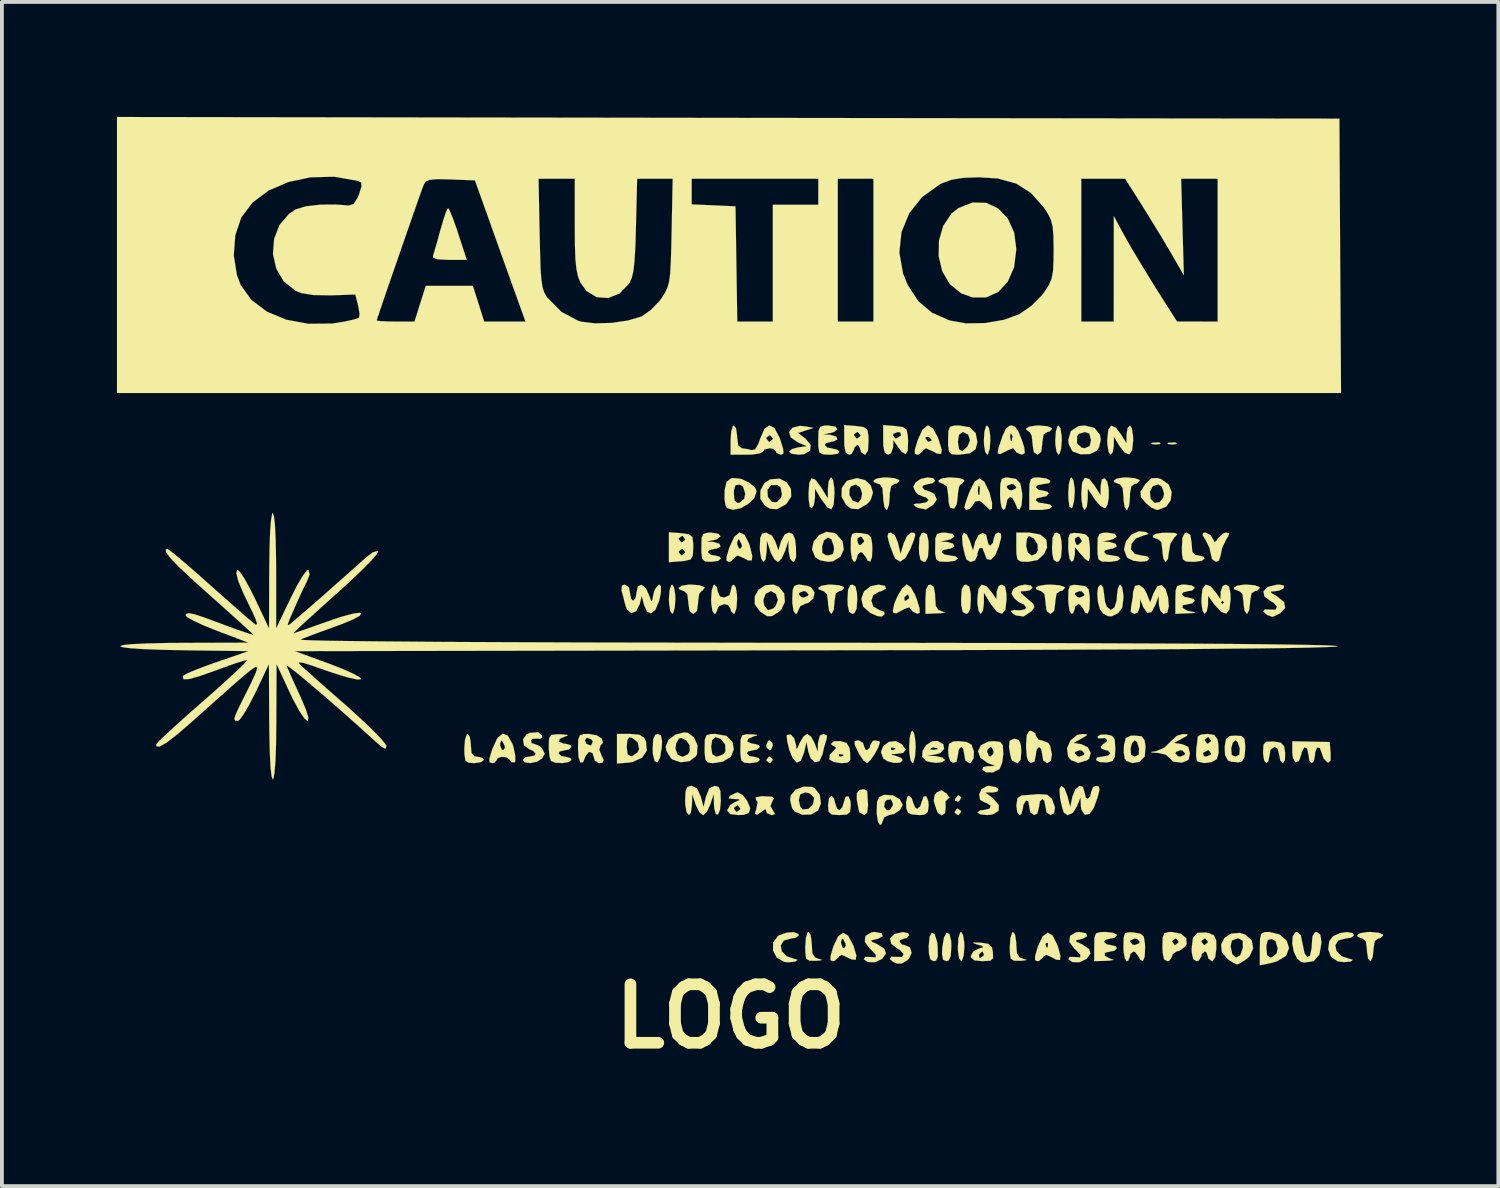
<source format=kicad_pcb>
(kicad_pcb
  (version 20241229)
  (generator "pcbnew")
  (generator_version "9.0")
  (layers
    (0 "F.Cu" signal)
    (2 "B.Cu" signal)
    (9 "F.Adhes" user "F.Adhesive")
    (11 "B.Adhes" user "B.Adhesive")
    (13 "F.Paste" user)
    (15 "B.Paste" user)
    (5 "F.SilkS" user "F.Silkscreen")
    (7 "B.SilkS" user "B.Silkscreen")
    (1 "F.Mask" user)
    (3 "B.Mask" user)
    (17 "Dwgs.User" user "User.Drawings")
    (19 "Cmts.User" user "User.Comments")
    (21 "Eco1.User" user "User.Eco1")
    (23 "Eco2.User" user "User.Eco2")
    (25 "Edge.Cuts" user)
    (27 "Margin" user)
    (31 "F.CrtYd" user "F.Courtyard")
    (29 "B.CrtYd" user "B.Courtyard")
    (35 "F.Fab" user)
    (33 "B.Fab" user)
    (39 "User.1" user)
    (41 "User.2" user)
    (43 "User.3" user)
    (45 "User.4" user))
  (footprint "LOGO"
    (layer "F.Cu")
    (at 16.003 10.585)
    (property "Reference" "LOGO" (at 0 12.868 0) (layer "F.SilkS") (effects (font (size 1.524 1.524) (thickness 0.305))))
    (attr through_hole)
    (fp_poly (pts (xy 11.206 -2.057) (xy 11.09 -2.045) (xy 10.97 -2.057) (xy 10.986 -2.088) (xy 11.158 -2.098) (xy 11.196 -2.088) (xy 11.206 -2.057)) (stroke (width 0.003) (type solid)) (fill yes) (layer "F.SilkS"))
    (fp_poly (pts (xy 11.631 -2.057) (xy 11.514 -2.045) (xy 11.394 -2.057) (xy 11.407 -2.088) (xy 11.58 -2.098) (xy 11.62 -2.088) (xy 11.631 -2.057)) (stroke (width 0.003) (type solid)) (fill yes) (layer "F.SilkS"))
    (fp_poly (pts (xy 6.015 7.16) (xy 5.966 7.247) (xy 5.921 7.269) (xy 5.85 7.242) (xy 5.855 7.201) (xy 5.926 7.109) (xy 5.949 7.107) (xy 6.015 7.16)) (stroke (width 0.003) (type solid)) (fill yes) (layer "F.SilkS"))
    (fp_poly (pts (xy 1.1 5.801) (xy 1.054 5.913) (xy 1.016 5.928) (xy 0.94 5.86) (xy 0.93 5.801) (xy 0.975 5.687) (xy 1.016 5.674) (xy 1.09 5.74) (xy 1.1 5.801)) (stroke (width 0.003) (type solid)) (fill yes) (layer "F.SilkS"))
    (fp_poly (pts (xy 1.1 6.182) (xy 1.034 6.264) (xy 1.016 6.266) (xy 0.932 6.2) (xy 0.93 6.182) (xy 0.996 6.099) (xy 1.016 6.096) (xy 1.097 6.162) (xy 1.1 6.182)) (stroke (width 0.003) (type solid)) (fill yes) (layer "F.SilkS"))
    (fp_poly (pts (xy 6.01 7.536) (xy 5.946 7.617) (xy 5.926 7.62) (xy 5.842 7.556) (xy 5.842 7.536) (xy 5.905 7.452) (xy 5.926 7.452) (xy 6.007 7.516) (xy 6.01 7.536)) (stroke (width 0.003) (type solid)) (fill yes) (layer "F.SilkS"))
    (fp_poly (pts (xy -1.788 5.687) (xy -1.796 5.857) (xy -1.841 6.124) (xy -1.91 6.243) (xy -1.981 6.215) (xy -2.027 6.032) (xy -2.032 5.893) (xy -2.019 5.641) (xy -1.966 5.524) (xy -1.902 5.504) (xy -1.819 5.542) (xy -1.788 5.687)) (stroke (width 0.003) (type solid)) (fill yes) (layer "F.SilkS"))
    (fp_poly (pts (xy 3.584 7.358) (xy 3.559 7.559) (xy 3.487 7.62) (xy 3.365 7.554) (xy 3.345 7.516) (xy 3.289 7.211) (xy 3.292 7.048) (xy 3.358 6.967) (xy 3.477 6.944) (xy 3.559 6.993) (xy 3.561 7.008) (xy 3.584 7.358)) (stroke (width 0.003) (type solid)) (fill yes) (layer "F.SilkS"))
    (fp_poly (pts (xy 5.403 11.311) (xy 5.357 11.415) (xy 5.296 11.43) (xy 5.21 11.387) (xy 5.171 11.232) (xy 5.164 11.041) (xy 5.189 10.787) (xy 5.25 10.686) (xy 5.324 10.734) (xy 5.385 10.932) (xy 5.4 11.077) (xy 5.403 11.311)) (stroke (width 0.003) (type solid)) (fill yes) (layer "F.SilkS"))
    (fp_poly (pts (xy 5.756 11.041) (xy 5.74 11.293) (xy 5.69 11.41) (xy 5.624 11.43) (xy 5.54 11.392) (xy 5.512 11.247) (xy 5.519 11.077) (xy 5.563 10.81) (xy 5.634 10.691) (xy 5.705 10.719) (xy 5.751 10.902) (xy 5.756 11.041)) (stroke (width 0.003) (type solid)) (fill yes) (layer "F.SilkS"))
    (fp_poly (pts (xy -1.44 1.991) (xy -1.458 2.217) (xy -1.501 2.355) (xy -1.524 2.372) (xy -1.575 2.296) (xy -1.605 2.103) (xy -1.61 1.991) (xy -1.593 1.763) (xy -1.549 1.626) (xy -1.524 1.61) (xy -1.476 1.684) (xy -1.445 1.877) (xy -1.44 1.991)) (stroke (width 0.003) (type solid)) (fill yes) (layer "F.SilkS"))
    (fp_poly (pts (xy 3.302 1.991) (xy 3.284 2.24) (xy 3.228 2.355) (xy 3.175 2.372) (xy 3.091 2.322) (xy 3.053 2.151) (xy 3.048 1.991) (xy 3.063 1.74) (xy 3.119 1.626) (xy 3.175 1.61) (xy 3.256 1.659) (xy 3.294 1.829) (xy 3.302 1.991)) (stroke (width 0.003) (type solid)) (fill yes) (layer "F.SilkS"))
    (fp_poly (pts (xy 4.826 5.842) (xy 4.811 6.083) (xy 4.77 6.238) (xy 4.74 6.266) (xy 4.691 6.19) (xy 4.661 5.994) (xy 4.656 5.842) (xy 4.671 5.601) (xy 4.709 5.448) (xy 4.74 5.42) (xy 4.788 5.494) (xy 4.818 5.69) (xy 4.826 5.842)) (stroke (width 0.003) (type solid)) (fill yes) (layer "F.SilkS"))
    (fp_poly (pts (xy 5.164 0.635) (xy 5.146 0.886) (xy 5.09 1.001) (xy 5.037 1.016) (xy 4.953 0.968) (xy 4.915 0.798) (xy 4.91 0.635) (xy 4.925 0.384) (xy 4.983 0.269) (xy 5.037 0.254) (xy 5.121 0.305) (xy 5.159 0.475) (xy 5.164 0.635)) (stroke (width 0.003) (type solid)) (fill yes) (layer "F.SilkS"))
    (fp_poly (pts (xy 6.096 11.049) (xy 6.078 11.278) (xy 6.035 11.412) (xy 6.01 11.43) (xy 5.959 11.354) (xy 5.928 11.163) (xy 5.926 11.049) (xy 5.941 10.823) (xy 5.984 10.686) (xy 6.01 10.668) (xy 6.06 10.744) (xy 6.091 10.935) (xy 6.096 11.049)) (stroke (width 0.003) (type solid)) (fill yes) (layer "F.SilkS"))
    (fp_poly (pts (xy 6.264 1.991) (xy 6.248 2.24) (xy 6.19 2.355) (xy 6.137 2.372) (xy 6.053 2.322) (xy 6.015 2.151) (xy 6.01 1.991) (xy 6.027 1.74) (xy 6.083 1.626) (xy 6.137 1.61) (xy 6.22 1.659) (xy 6.259 1.829) (xy 6.264 1.991)) (stroke (width 0.003) (type solid)) (fill yes) (layer "F.SilkS"))
    (fp_poly (pts (xy 6.772 -2.159) (xy 6.756 -1.93) (xy 6.713 -1.796) (xy 6.688 -1.778) (xy 6.637 -1.854) (xy 6.607 -2.045) (xy 6.604 -2.159) (xy 6.619 -2.385) (xy 6.662 -2.522) (xy 6.688 -2.54) (xy 6.739 -2.464) (xy 6.769 -2.273) (xy 6.772 -2.159)) (stroke (width 0.003) (type solid)) (fill yes) (layer "F.SilkS"))
    (fp_poly (pts (xy 8.636 -2.159) (xy 8.618 -1.93) (xy 8.575 -1.796) (xy 8.55 -1.778) (xy 8.499 -1.854) (xy 8.468 -2.045) (xy 8.466 -2.159) (xy 8.481 -2.385) (xy 8.524 -2.522) (xy 8.55 -2.54) (xy 8.6 -2.464) (xy 8.631 -2.273) (xy 8.636 -2.159)) (stroke (width 0.003) (type solid)) (fill yes) (layer "F.SilkS"))
    (fp_poly (pts (xy 8.636 0.635) (xy 8.618 0.886) (xy 8.562 1.001) (xy 8.509 1.016) (xy 8.425 0.968) (xy 8.387 0.798) (xy 8.382 0.635) (xy 8.397 0.384) (xy 8.453 0.269) (xy 8.509 0.254) (xy 8.59 0.305) (xy 8.628 0.475) (xy 8.636 0.635)) (stroke (width 0.003) (type solid)) (fill yes) (layer "F.SilkS"))
    (fp_poly (pts (xy 8.974 -0.808) (xy 8.956 -0.569) (xy 8.913 -0.409) (xy 8.89 -0.381) (xy 8.837 -0.422) (xy 8.809 -0.612) (xy 8.804 -0.757) (xy 8.819 -1.001) (xy 8.857 -1.156) (xy 8.89 -1.184) (xy 8.938 -1.11) (xy 8.969 -0.919) (xy 8.974 -0.808)) (stroke (width 0.003) (type solid)) (fill yes) (layer "F.SilkS"))
    (fp_poly (pts (xy 7.579 5.949) (xy 7.564 6.18) (xy 7.488 6.266) (xy 7.475 6.266) (xy 7.343 6.2) (xy 7.32 6.16) (xy 7.282 5.997) (xy 7.259 5.842) (xy 7.275 5.679) (xy 7.389 5.631) (xy 7.404 5.631) (xy 7.516 5.664) (xy 7.569 5.796) (xy 7.579 5.949)) (stroke (width 0.003) (type solid)) (fill yes) (layer "F.SilkS"))
    (fp_poly (pts (xy 5.585 2.337) (xy 5.486 2.355) (xy 5.397 2.36) (xy 5.08 2.372) (xy 5.08 1.991) (xy 5.095 1.74) (xy 5.151 1.626) (xy 5.207 1.61) (xy 5.296 1.666) (xy 5.331 1.854) (xy 5.334 1.943) (xy 5.349 2.167) (xy 5.418 2.273) (xy 5.524 2.311) (xy 5.585 2.337)) (stroke (width 0.003) (type solid)) (fill yes) (layer "F.SilkS"))
    (fp_poly (pts (xy 5.707 7.168) (xy 5.667 7.198) (xy 5.601 7.267) (xy 5.608 7.409) (xy 5.591 7.569) (xy 5.504 7.628) (xy 5.405 7.564) (xy 5.372 7.493) (xy 5.311 7.297) (xy 5.296 7.247) (xy 5.321 7.094) (xy 5.377 7.026) (xy 5.502 6.975) (xy 5.634 7.061) (xy 5.707 7.168)) (stroke (width 0.003) (type solid)) (fill yes) (layer "F.SilkS"))
    (fp_poly (pts (xy -6.881 -6.858) (xy -7.343 -6.858) (xy -7.62 -6.871) (xy -7.752 -6.909) (xy -7.762 -6.962) (xy -7.722 -7.094) (xy -7.65 -7.338) (xy -7.569 -7.638) (xy -7.567 -7.64) (xy -7.485 -7.922) (xy -7.414 -8.128) (xy -7.369 -8.212) (xy -7.323 -8.138) (xy -7.242 -7.938) (xy -7.14 -7.653) (xy -7.102 -7.534) (xy -6.881 -6.858)) (stroke (width 0.003) (type solid)) (fill yes) (layer "F.SilkS"))
    (fp_poly (pts (xy 2.393 11.397) (xy 2.319 11.412) (xy 2.223 11.42) (xy 2.052 11.417) (xy 1.971 11.364) (xy 1.948 11.212) (xy 1.946 11.049) (xy 1.963 10.823) (xy 2.007 10.686) (xy 2.032 10.668) (xy 2.085 10.744) (xy 2.113 10.93) (xy 2.116 11.001) (xy 2.131 11.224) (xy 2.2 11.333) (xy 2.306 11.372) (xy 2.393 11.397)) (stroke (width 0.003) (type solid)) (fill yes) (layer "F.SilkS"))
    (fp_poly (pts (xy 7.727 11.397) (xy 7.653 11.412) (xy 7.556 11.42) (xy 7.386 11.417) (xy 7.305 11.364) (xy 7.282 11.212) (xy 7.28 11.049) (xy 7.297 10.823) (xy 7.341 10.686) (xy 7.366 10.668) (xy 7.419 10.744) (xy 7.447 10.93) (xy 7.45 11.001) (xy 7.465 11.224) (xy 7.534 11.333) (xy 7.64 11.372) (xy 7.727 11.397)) (stroke (width 0.003) (type solid)) (fill yes) (layer "F.SilkS"))
    (fp_poly (pts (xy -6.436 6.182) (xy -6.51 6.241) (xy -6.688 6.266) (xy -6.69 6.266) (xy -6.845 6.253) (xy -6.919 6.19) (xy -6.942 6.027) (xy -6.944 5.885) (xy -6.927 5.657) (xy -6.883 5.522) (xy -6.858 5.504) (xy -6.802 5.578) (xy -6.774 5.761) (xy -6.774 5.801) (xy -6.756 6.005) (xy -6.683 6.086) (xy -6.604 6.096) (xy -6.467 6.132) (xy -6.436 6.182)) (stroke (width 0.003) (type solid)) (fill yes) (layer "F.SilkS"))
    (fp_poly (pts (xy 3.132 7.366) (xy 3.114 7.536) (xy 3.03 7.607) (xy 2.835 7.62) (xy 2.637 7.607) (xy 2.555 7.534) (xy 2.54 7.366) (xy 2.568 7.176) (xy 2.634 7.117) (xy 2.7 7.201) (xy 2.723 7.303) (xy 2.776 7.452) (xy 2.835 7.493) (xy 2.911 7.422) (xy 2.946 7.303) (xy 3 7.14) (xy 3.071 7.13) (xy 3.124 7.254) (xy 3.132 7.366)) (stroke (width 0.003) (type solid)) (fill yes) (layer "F.SilkS"))
    (fp_poly (pts (xy 12.36 0.932) (xy 12.286 0.988) (xy 12.103 1.016) (xy 12.065 1.016) (xy 11.882 1.008) (xy 11.796 0.953) (xy 11.77 0.805) (xy 11.768 0.635) (xy 11.783 0.384) (xy 11.841 0.269) (xy 11.895 0.254) (xy 11.989 0.318) (xy 12.022 0.523) (xy 12.022 0.551) (xy 12.04 0.754) (xy 12.113 0.838) (xy 12.192 0.848) (xy 12.329 0.881) (xy 12.36 0.932)) (stroke (width 0.003) (type solid)) (fill yes) (layer "F.SilkS"))
    (fp_poly (pts (xy 4.049 1.72) (xy 3.919 1.786) (xy 3.873 1.793) (xy 3.719 1.88) (xy 3.67 2.032) (xy 3.721 2.184) (xy 3.871 2.271) (xy 3.873 2.271) (xy 4.003 2.319) (xy 4.016 2.377) (xy 3.945 2.443) (xy 3.823 2.431) (xy 3.64 2.347) (xy 3.457 2.184) (xy 3.409 1.984) (xy 3.477 1.788) (xy 3.653 1.651) (xy 3.858 1.61) (xy 4.026 1.643) (xy 4.049 1.72)) (stroke (width 0.003) (type solid)) (fill yes) (layer "F.SilkS"))
    (fp_poly (pts (xy 5.164 7.366) (xy 5.141 7.546) (xy 5.044 7.612) (xy 4.923 7.62) (xy 4.729 7.602) (xy 4.628 7.564) (xy 4.58 7.442) (xy 4.575 7.275) (xy 4.61 7.142) (xy 4.651 7.112) (xy 4.724 7.183) (xy 4.755 7.285) (xy 4.813 7.424) (xy 4.867 7.457) (xy 4.948 7.386) (xy 4.978 7.285) (xy 5.034 7.135) (xy 5.103 7.13) (xy 5.156 7.259) (xy 5.164 7.366)) (stroke (width 0.003) (type solid)) (fill yes) (layer "F.SilkS"))
    (fp_poly (pts (xy 7.45 -7.137) (xy 7.391 -6.665) (xy 7.226 -6.289) (xy 6.98 -6.022) (xy 6.665 -5.88) (xy 6.304 -5.88) (xy 6.01 -5.987) (xy 5.715 -6.226) (xy 5.519 -6.561) (xy 5.425 -6.955) (xy 5.433 -7.363) (xy 5.545 -7.747) (xy 5.761 -8.067) (xy 5.941 -8.209) (xy 6.312 -8.354) (xy 6.665 -8.344) (xy 6.977 -8.199) (xy 7.229 -7.935) (xy 7.394 -7.567) (xy 7.45 -7.137)) (stroke (width 0.003) (type solid)) (fill yes) (layer "F.SilkS"))
    (fp_poly (pts (xy 1.158 7.595) (xy 1.079 7.62) (xy 1.067 7.62) (xy 0.947 7.569) (xy 0.93 7.518) (xy 0.904 7.46) (xy 0.828 7.518) (xy 0.693 7.612) (xy 0.632 7.587) (xy 0.668 7.465) (xy 0.704 7.285) (xy 0.663 7.219) (xy 0.655 7.158) (xy 0.8 7.13) (xy 0.881 7.13) (xy 1.077 7.14) (xy 1.13 7.183) (xy 1.092 7.249) (xy 1.039 7.384) (xy 1.1 7.493) (xy 1.158 7.595)) (stroke (width 0.003) (type solid)) (fill yes) (layer "F.SilkS"))
    (fp_poly (pts (xy 2.159 -2.477) (xy 1.956 -2.41) (xy 1.755 -2.344) (xy 1.948 -2.2) (xy 2.088 -2.032) (xy 2.073 -1.885) (xy 1.915 -1.791) (xy 1.781 -1.778) (xy 1.6 -1.801) (xy 1.524 -1.854) (xy 1.524 -1.857) (xy 1.595 -1.923) (xy 1.755 -1.968) (xy 1.989 -1.999) (xy 1.755 -2.098) (xy 1.567 -2.228) (xy 1.524 -2.367) (xy 1.608 -2.479) (xy 1.803 -2.53) (xy 1.961 -2.515) (xy 2.159 -2.477)) (stroke (width 0.003) (type solid)) (fill yes) (layer "F.SilkS"))
    (fp_poly (pts (xy 4.816 0.312) (xy 4.778 0.447) (xy 4.689 0.676) (xy 4.557 0.917) (xy 4.422 1.008) (xy 4.3 0.94) (xy 4.242 0.826) (xy 4.135 0.528) (xy 4.092 0.353) (xy 4.11 0.272) (xy 4.178 0.254) (xy 4.285 0.33) (xy 4.366 0.521) (xy 4.366 0.531) (xy 4.43 0.805) (xy 4.514 0.531) (xy 4.6 0.343) (xy 4.699 0.257) (xy 4.709 0.254) (xy 4.79 0.262) (xy 4.816 0.312)) (stroke (width 0.003) (type solid)) (fill yes) (layer "F.SilkS"))
    (fp_poly (pts (xy 10.922 0.932) (xy 10.851 0.998) (xy 10.688 1.013) (xy 10.5 0.986) (xy 10.353 0.914) (xy 10.333 0.894) (xy 10.257 0.693) (xy 10.307 0.485) (xy 10.447 0.31) (xy 10.645 0.218) (xy 10.828 0.239) (xy 10.902 0.287) (xy 10.818 0.315) (xy 10.78 0.323) (xy 10.569 0.404) (xy 10.452 0.544) (xy 10.439 0.693) (xy 10.536 0.81) (xy 10.706 0.848) (xy 10.866 0.876) (xy 10.922 0.932)) (stroke (width 0.003) (type solid)) (fill yes) (layer "F.SilkS"))
    (fp_poly (pts (xy 11.651 0.292) (xy 11.6 0.353) (xy 11.577 0.373) (xy 11.466 0.544) (xy 11.43 0.752) (xy 11.405 0.935) (xy 11.349 1.016) (xy 11.344 1.016) (xy 11.288 0.942) (xy 11.26 0.759) (xy 11.26 0.721) (xy 11.232 0.5) (xy 11.143 0.424) (xy 11.133 0.424) (xy 11.019 0.378) (xy 11.006 0.34) (xy 11.082 0.287) (xy 11.27 0.259) (xy 11.367 0.257) (xy 11.58 0.264) (xy 11.651 0.292)) (stroke (width 0.003) (type solid)) (fill yes) (layer "F.SilkS"))
    (fp_poly (pts (xy 16.256 10.754) (xy 16.182 10.815) (xy 16.04 10.838) (xy 15.847 10.889) (xy 15.768 11.013) (xy 15.799 11.166) (xy 15.931 11.3) (xy 16.114 11.361) (xy 16.226 11.394) (xy 16.177 11.435) (xy 16.17 11.438) (xy 15.992 11.455) (xy 15.832 11.435) (xy 15.659 11.318) (xy 15.583 11.12) (xy 15.611 10.909) (xy 15.712 10.777) (xy 15.888 10.698) (xy 16.076 10.671) (xy 16.218 10.698) (xy 16.256 10.754)) (stroke (width 0.003) (type solid)) (fill yes) (layer "F.SilkS"))
    (fp_poly (pts (xy 1.778 10.754) (xy 1.704 10.818) (xy 1.575 10.838) (xy 1.384 10.892) (xy 1.306 11.019) (xy 1.333 11.171) (xy 1.463 11.303) (xy 1.636 11.361) (xy 1.748 11.394) (xy 1.697 11.435) (xy 1.692 11.438) (xy 1.504 11.46) (xy 1.397 11.448) (xy 1.204 11.339) (xy 1.105 11.151) (xy 1.11 10.942) (xy 1.232 10.775) (xy 1.262 10.757) (xy 1.463 10.686) (xy 1.651 10.673) (xy 1.765 10.719) (xy 1.778 10.754)) (stroke (width 0.003) (type solid)) (fill yes) (layer "F.SilkS"))
    (fp_poly (pts (xy 6.345 5.964) (xy 6.335 6.144) (xy 6.261 6.256) (xy 6.223 6.266) (xy 6.119 6.193) (xy 6.096 6.055) (xy 6.066 5.895) (xy 6.01 5.842) (xy 5.946 5.916) (xy 5.926 6.055) (xy 5.89 6.228) (xy 5.796 6.259) (xy 5.728 6.21) (xy 5.685 6.091) (xy 5.672 5.926) (xy 5.695 5.768) (xy 5.799 5.702) (xy 5.944 5.692) (xy 6.152 5.715) (xy 6.279 5.781) (xy 6.281 5.784) (xy 6.345 5.964)) (stroke (width 0.003) (type solid)) (fill yes) (layer "F.SilkS"))
    (fp_poly (pts (xy 13 0.272) (xy 12.974 0.353) (xy 12.916 0.442) (xy 12.814 0.66) (xy 12.784 0.823) (xy 12.736 0.98) (xy 12.657 1.016) (xy 12.553 0.945) (xy 12.53 0.843) (xy 12.484 0.645) (xy 12.393 0.462) (xy 12.306 0.315) (xy 12.324 0.262) (xy 12.383 0.254) (xy 12.517 0.323) (xy 12.568 0.404) (xy 12.621 0.505) (xy 12.677 0.46) (xy 12.708 0.404) (xy 12.835 0.279) (xy 12.918 0.254) (xy 13 0.272)) (stroke (width 0.003) (type solid)) (fill yes) (layer "F.SilkS"))
    (fp_poly (pts (xy 14.46 5.992) (xy 14.455 6.18) (xy 14.404 6.266) (xy 14.397 6.266) (xy 14.331 6.193) (xy 14.308 6.055) (xy 14.262 5.883) (xy 14.181 5.842) (xy 14.079 5.916) (xy 14.054 6.055) (xy 14.023 6.213) (xy 13.97 6.266) (xy 13.912 6.193) (xy 13.884 6.01) (xy 13.884 5.977) (xy 13.896 5.781) (xy 13.97 5.707) (xy 14.155 5.702) (xy 14.161 5.702) (xy 14.351 5.733) (xy 14.435 5.834) (xy 14.46 5.992)) (stroke (width 0.003) (type solid)) (fill yes) (layer "F.SilkS"))
    (fp_poly (pts (xy -0.678 1.694) (xy -0.744 1.775) (xy -0.762 1.778) (xy -0.82 1.852) (xy -0.848 2.037) (xy -0.848 2.075) (xy -0.876 2.294) (xy -0.963 2.37) (xy -0.975 2.372) (xy -1.069 2.306) (xy -1.102 2.101) (xy -1.102 2.075) (xy -1.13 1.857) (xy -1.217 1.778) (xy -1.229 1.778) (xy -1.341 1.732) (xy -1.356 1.694) (xy -1.28 1.641) (xy -1.092 1.61) (xy -1.016 1.61) (xy -0.805 1.628) (xy -0.688 1.674) (xy -0.678 1.694)) (stroke (width 0.003) (type solid)) (fill yes) (layer "F.SilkS"))
    (fp_poly (pts (xy 2.962 1.694) (xy 2.893 1.768) (xy 2.835 1.778) (xy 2.741 1.841) (xy 2.708 2.047) (xy 2.708 2.075) (xy 2.687 2.271) (xy 2.634 2.367) (xy 2.624 2.372) (xy 2.568 2.296) (xy 2.54 2.113) (xy 2.54 2.075) (xy 2.512 1.857) (xy 2.423 1.778) (xy 2.413 1.778) (xy 2.299 1.732) (xy 2.286 1.694) (xy 2.36 1.641) (xy 2.548 1.61) (xy 2.624 1.61) (xy 2.835 1.628) (xy 2.954 1.674) (xy 2.962 1.694)) (stroke (width 0.003) (type solid)) (fill yes) (layer "F.SilkS"))
    (fp_poly (pts (xy 3.894 5.72) (xy 3.853 5.85) (xy 3.757 6.027) (xy 3.645 6.187) (xy 3.559 6.266) (xy 3.556 6.266) (xy 3.465 6.198) (xy 3.355 6.032) (xy 3.345 6.015) (xy 3.244 5.806) (xy 3.228 5.705) (xy 3.297 5.674) (xy 3.343 5.674) (xy 3.454 5.74) (xy 3.47 5.801) (xy 3.515 5.913) (xy 3.556 5.928) (xy 3.63 5.86) (xy 3.64 5.801) (xy 3.708 5.687) (xy 3.767 5.674) (xy 3.879 5.697) (xy 3.894 5.72)) (stroke (width 0.003) (type solid)) (fill yes) (layer "F.SilkS"))
    (fp_poly (pts (xy 4.402 -1.1) (xy 4.333 -1.026) (xy 4.275 -1.016) (xy 4.186 -0.96) (xy 4.15 -0.775) (xy 4.148 -0.676) (xy 4.128 -0.465) (xy 4.082 -0.348) (xy 4.064 -0.338) (xy 4.011 -0.414) (xy 3.98 -0.602) (xy 3.978 -0.676) (xy 3.957 -0.912) (xy 3.889 -1.008) (xy 3.851 -1.016) (xy 3.739 -1.062) (xy 3.724 -1.1) (xy 3.8 -1.153) (xy 3.988 -1.184) (xy 4.064 -1.184) (xy 4.275 -1.166) (xy 4.392 -1.12) (xy 4.402 -1.1)) (stroke (width 0.003) (type solid)) (fill yes) (layer "F.SilkS"))
    (fp_poly (pts (xy 6.096 -1.1) (xy 6.03 -1.019) (xy 6.01 -1.016) (xy 5.954 -0.942) (xy 5.926 -0.759) (xy 5.926 -0.724) (xy 5.898 -0.49) (xy 5.827 -0.371) (xy 5.728 -0.394) (xy 5.725 -0.396) (xy 5.69 -0.511) (xy 5.672 -0.716) (xy 5.672 -0.734) (xy 5.641 -0.947) (xy 5.545 -1.016) (xy 5.431 -1.062) (xy 5.418 -1.1) (xy 5.491 -1.153) (xy 5.679 -1.184) (xy 5.756 -1.184) (xy 5.969 -1.166) (xy 6.086 -1.12) (xy 6.096 -1.1)) (stroke (width 0.003) (type solid)) (fill yes) (layer "F.SilkS"))
    (fp_poly (pts (xy 8.382 -2.454) (xy 8.313 -2.38) (xy 8.255 -2.37) (xy 8.161 -2.306) (xy 8.128 -2.101) (xy 8.128 -2.073) (xy 8.1 -1.854) (xy 8.011 -1.778) (xy 8.001 -1.778) (xy 7.907 -1.841) (xy 7.874 -2.047) (xy 7.874 -2.073) (xy 7.851 -2.271) (xy 7.8 -2.367) (xy 7.788 -2.37) (xy 7.706 -2.436) (xy 7.704 -2.454) (xy 7.777 -2.507) (xy 7.965 -2.537) (xy 8.042 -2.54) (xy 8.255 -2.52) (xy 8.372 -2.474) (xy 8.382 -2.454)) (stroke (width 0.003) (type solid)) (fill yes) (layer "F.SilkS"))
    (fp_poly (pts (xy 8.72 1.694) (xy 8.651 1.768) (xy 8.593 1.778) (xy 8.499 1.841) (xy 8.466 2.047) (xy 8.466 2.075) (xy 8.438 2.294) (xy 8.349 2.37) (xy 8.339 2.372) (xy 8.245 2.306) (xy 8.212 2.101) (xy 8.212 2.075) (xy 8.184 1.857) (xy 8.095 1.778) (xy 8.085 1.778) (xy 7.971 1.732) (xy 7.958 1.694) (xy 8.034 1.643) (xy 8.225 1.613) (xy 8.339 1.61) (xy 8.565 1.626) (xy 8.702 1.669) (xy 8.72 1.694)) (stroke (width 0.003) (type solid)) (fill yes) (layer "F.SilkS"))
    (fp_poly (pts (xy 10.498 -2.159) (xy 10.47 -1.892) (xy 10.394 -1.783) (xy 10.272 -1.836) (xy 10.137 -2.009) (xy 9.995 -2.243) (xy 9.992 -2.009) (xy 9.964 -1.841) (xy 9.906 -1.778) (xy 9.855 -1.854) (xy 9.825 -2.045) (xy 9.82 -2.159) (xy 9.848 -2.426) (xy 9.924 -2.535) (xy 10.046 -2.482) (xy 10.18 -2.306) (xy 10.323 -2.073) (xy 10.325 -2.306) (xy 10.353 -2.477) (xy 10.414 -2.54) (xy 10.462 -2.464) (xy 10.493 -2.273) (xy 10.498 -2.159)) (stroke (width 0.003) (type solid)) (fill yes) (layer "F.SilkS"))
    (fp_poly (pts (xy 10.668 -1.1) (xy 10.599 -1.026) (xy 10.541 -1.016) (xy 10.452 -0.96) (xy 10.414 -0.775) (xy 10.414 -0.676) (xy 10.394 -0.465) (xy 10.348 -0.348) (xy 10.328 -0.338) (xy 10.274 -0.414) (xy 10.246 -0.602) (xy 10.244 -0.676) (xy 10.223 -0.912) (xy 10.152 -1.008) (xy 10.117 -1.016) (xy 10.003 -1.062) (xy 9.99 -1.1) (xy 10.063 -1.153) (xy 10.251 -1.184) (xy 10.328 -1.184) (xy 10.541 -1.166) (xy 10.658 -1.12) (xy 10.668 -1.1)) (stroke (width 0.003) (type solid)) (fill yes) (layer "F.SilkS"))
    (fp_poly (pts (xy 13.8 1.694) (xy 13.731 1.768) (xy 13.673 1.778) (xy 13.579 1.841) (xy 13.546 2.047) (xy 13.546 2.075) (xy 13.523 2.271) (xy 13.472 2.367) (xy 13.462 2.372) (xy 13.404 2.296) (xy 13.376 2.113) (xy 13.376 2.075) (xy 13.348 1.857) (xy 13.261 1.778) (xy 13.249 1.778) (xy 13.137 1.732) (xy 13.122 1.694) (xy 13.198 1.641) (xy 13.386 1.61) (xy 13.462 1.61) (xy 13.673 1.628) (xy 13.79 1.674) (xy 13.8 1.694)) (stroke (width 0.003) (type solid)) (fill yes) (layer "F.SilkS"))
    (fp_poly (pts (xy 15.408 10.945) (xy 15.354 11.255) (xy 15.204 11.43) (xy 14.961 11.466) (xy 14.887 11.453) (xy 14.77 11.361) (xy 14.686 11.181) (xy 14.646 10.973) (xy 14.658 10.785) (xy 14.727 10.678) (xy 14.768 10.668) (xy 14.867 10.749) (xy 14.915 10.98) (xy 14.966 11.224) (xy 15.039 11.326) (xy 15.11 11.283) (xy 15.151 11.09) (xy 15.154 11.013) (xy 15.174 10.777) (xy 15.24 10.676) (xy 15.281 10.668) (xy 15.377 10.737) (xy 15.408 10.945)) (stroke (width 0.003) (type solid)) (fill yes) (layer "F.SilkS"))
    (fp_poly (pts (xy 17.018 10.754) (xy 16.949 10.828) (xy 16.891 10.838) (xy 16.797 10.902) (xy 16.764 11.107) (xy 16.764 11.135) (xy 16.741 11.331) (xy 16.69 11.427) (xy 16.678 11.43) (xy 16.622 11.356) (xy 16.594 11.173) (xy 16.594 11.135) (xy 16.566 10.914) (xy 16.477 10.838) (xy 16.467 10.838) (xy 16.353 10.792) (xy 16.34 10.754) (xy 16.413 10.701) (xy 16.601 10.671) (xy 16.678 10.668) (xy 16.891 10.688) (xy 17.008 10.734) (xy 17.018 10.754)) (stroke (width 0.003) (type solid)) (fill yes) (layer "F.SilkS"))
    (fp_poly (pts (xy 4.049 11.232) (xy 3.947 11.372) (xy 3.759 11.458) (xy 3.576 11.453) (xy 3.472 11.379) (xy 3.508 11.318) (xy 3.64 11.321) (xy 3.782 11.331) (xy 3.785 11.26) (xy 3.65 11.118) (xy 3.625 11.097) (xy 3.498 10.925) (xy 3.518 10.77) (xy 3.673 10.678) (xy 3.764 10.668) (xy 3.937 10.704) (xy 3.965 10.777) (xy 3.84 10.848) (xy 3.787 10.858) (xy 3.668 10.886) (xy 3.686 10.925) (xy 3.835 10.993) (xy 4.013 11.113) (xy 4.049 11.232)) (stroke (width 0.003) (type solid)) (fill yes) (layer "F.SilkS"))
    (fp_poly (pts (xy 6.995 7.363) (xy 6.985 7.513) (xy 6.828 7.605) (xy 6.69 7.62) (xy 6.51 7.6) (xy 6.434 7.551) (xy 6.505 7.496) (xy 6.599 7.488) (xy 6.754 7.452) (xy 6.782 7.374) (xy 6.673 7.305) (xy 6.637 7.297) (xy 6.505 7.221) (xy 6.48 7.082) (xy 6.546 6.942) (xy 6.69 6.863) (xy 6.734 6.858) (xy 6.909 6.891) (xy 6.985 6.944) (xy 6.955 7.008) (xy 6.84 7.031) (xy 6.645 7.031) (xy 6.848 7.188) (xy 6.995 7.363)) (stroke (width 0.003) (type solid)) (fill yes) (layer "F.SilkS"))
    (fp_poly (pts (xy 9.383 11.232) (xy 9.281 11.372) (xy 9.093 11.458) (xy 8.91 11.453) (xy 8.806 11.379) (xy 8.842 11.318) (xy 8.974 11.321) (xy 9.116 11.331) (xy 9.119 11.26) (xy 8.984 11.118) (xy 8.959 11.097) (xy 8.832 10.925) (xy 8.852 10.77) (xy 9.007 10.678) (xy 9.098 10.668) (xy 9.271 10.704) (xy 9.299 10.777) (xy 9.174 10.848) (xy 9.121 10.858) (xy 9.002 10.886) (xy 9.02 10.925) (xy 9.169 10.993) (xy 9.347 11.113) (xy 9.383 11.232)) (stroke (width 0.003) (type solid)) (fill yes) (layer "F.SilkS"))
    (fp_poly (pts (xy 7.196 1.991) (xy 7.165 2.261) (xy 7.079 2.37) (xy 6.947 2.322) (xy 6.777 2.106) (xy 6.772 2.095) (xy 6.604 1.821) (xy 6.604 2.095) (xy 6.581 2.283) (xy 6.525 2.37) (xy 6.518 2.372) (xy 6.467 2.296) (xy 6.436 2.103) (xy 6.434 1.991) (xy 6.462 1.722) (xy 6.546 1.61) (xy 6.675 1.656) (xy 6.8 1.801) (xy 6.932 1.991) (xy 6.937 1.801) (xy 6.99 1.646) (xy 7.069 1.61) (xy 7.153 1.659) (xy 7.191 1.829) (xy 7.196 1.991)) (stroke (width 0.003) (type solid)) (fill yes) (layer "F.SilkS"))
    (fp_poly (pts (xy 8.379 6.038) (xy 8.349 6.208) (xy 8.255 6.266) (xy 8.151 6.193) (xy 8.128 6.055) (xy 8.098 5.895) (xy 8.042 5.842) (xy 7.978 5.916) (xy 7.958 6.055) (xy 7.922 6.228) (xy 7.828 6.259) (xy 7.76 6.21) (xy 7.724 6.096) (xy 7.706 5.88) (xy 7.704 5.786) (xy 7.722 5.54) (xy 7.783 5.431) (xy 7.831 5.42) (xy 7.943 5.486) (xy 7.958 5.547) (xy 8.026 5.652) (xy 8.118 5.674) (xy 8.278 5.735) (xy 8.329 5.806) (xy 8.379 6.038)) (stroke (width 0.003) (type solid)) (fill yes) (layer "F.SilkS"))
    (fp_poly (pts (xy 10.82 5.834) (xy 10.798 6.093) (xy 10.66 6.233) (xy 10.65 6.233) (xy 10.65 5.883) (xy 10.602 5.723) (xy 10.541 5.667) (xy 10.467 5.74) (xy 10.429 5.883) (xy 10.442 6.05) (xy 10.541 6.096) (xy 10.643 6.043) (xy 10.65 5.883) (xy 10.65 6.233) (xy 10.472 6.264) (xy 10.323 6.208) (xy 10.277 6.147) (xy 10.251 5.977) (xy 10.259 5.786) (xy 10.305 5.613) (xy 10.429 5.552) (xy 10.541 5.547) (xy 10.714 5.565) (xy 10.792 5.662) (xy 10.82 5.834)) (stroke (width 0.003) (type solid)) (fill yes) (layer "F.SilkS"))
    (fp_poly (pts (xy -2.187 5.939) (xy -2.311 6.126) (xy -2.385 6.157) (xy -2.385 5.893) (xy -2.426 5.718) (xy -2.573 5.603) (xy -2.647 5.591) (xy -2.692 5.662) (xy -2.71 5.839) (xy -2.71 5.85) (xy -2.687 6.032) (xy -2.606 6.086) (xy -2.563 6.081) (xy -2.426 5.984) (xy -2.385 5.893) (xy -2.385 6.157) (xy -2.56 6.236) (xy -2.657 6.251) (xy -2.964 6.276) (xy -2.964 5.89) (xy -2.964 5.504) (xy -2.624 5.504) (xy -2.385 5.524) (xy -2.258 5.601) (xy -2.207 5.695) (xy -2.187 5.939)) (stroke (width 0.003) (type solid)) (fill yes) (layer "F.SilkS"))
    (fp_poly (pts (xy 1.58 -0.688) (xy 1.458 -0.5) (xy 1.42 -0.47) (xy 1.339 -0.427) (xy 1.339 -0.742) (xy 1.306 -0.922) (xy 1.227 -0.986) (xy 1.057 -0.986) (xy 0.96 -0.864) (xy 0.97 -0.681) (xy 1.072 -0.544) (xy 1.206 -0.538) (xy 1.316 -0.655) (xy 1.339 -0.742) (xy 1.339 -0.427) (xy 1.206 -0.356) (xy 1.031 -0.368) (xy 0.897 -0.447) (xy 0.775 -0.625) (xy 0.775 -0.843) (xy 0.884 -1.039) (xy 1.034 -1.135) (xy 1.275 -1.153) (xy 1.463 -1.057) (xy 1.572 -0.889) (xy 1.58 -0.688)) (stroke (width 0.003) (type solid)) (fill yes) (layer "F.SilkS"))
    (fp_poly (pts (xy 2.708 -0.762) (xy 2.687 -0.478) (xy 2.629 -0.358) (xy 2.525 -0.401) (xy 2.372 -0.607) (xy 2.367 -0.612) (xy 2.2 -0.889) (xy 2.2 -0.66) (xy 2.172 -0.472) (xy 2.116 -0.381) (xy 2.062 -0.422) (xy 2.035 -0.612) (xy 2.032 -0.757) (xy 2.05 -1.041) (xy 2.111 -1.163) (xy 2.212 -1.123) (xy 2.362 -0.922) (xy 2.37 -0.909) (xy 2.537 -0.635) (xy 2.537 -0.909) (xy 2.56 -1.097) (xy 2.616 -1.184) (xy 2.624 -1.184) (xy 2.672 -1.11) (xy 2.703 -0.914) (xy 2.708 -0.762)) (stroke (width 0.003) (type solid)) (fill yes) (layer "F.SilkS"))
    (fp_poly (pts (xy 3.119 6.18) (xy 3.051 6.253) (xy 2.946 6.261) (xy 2.946 6.066) (xy 2.934 6.04) (xy 2.832 6.03) (xy 2.822 6.04) (xy 2.832 6.091) (xy 2.878 6.096) (xy 2.946 6.066) (xy 2.946 6.261) (xy 2.888 6.266) (xy 2.687 6.236) (xy 2.573 6.167) (xy 2.586 6.05) (xy 2.67 5.956) (xy 2.751 5.87) (xy 2.725 5.842) (xy 2.629 5.784) (xy 2.624 5.753) (xy 2.695 5.695) (xy 2.857 5.69) (xy 3.023 5.738) (xy 3.099 5.87) (xy 3.117 5.992) (xy 3.119 6.18)) (stroke (width 0.003) (type solid)) (fill yes) (layer "F.SilkS"))
    (fp_poly (pts (xy 9.86 -0.66) (xy 9.83 -0.475) (xy 9.769 -0.384) (xy 9.756 -0.381) (xy 9.642 -0.445) (xy 9.502 -0.605) (xy 9.482 -0.635) (xy 9.314 -0.889) (xy 9.312 -0.612) (xy 9.289 -0.427) (xy 9.233 -0.338) (xy 9.228 -0.338) (xy 9.18 -0.414) (xy 9.149 -0.61) (xy 9.144 -0.762) (xy 9.167 -1.049) (xy 9.238 -1.176) (xy 9.352 -1.143) (xy 9.502 -0.953) (xy 9.647 -0.719) (xy 9.649 -0.96) (xy 9.68 -1.133) (xy 9.756 -1.163) (xy 9.825 -1.069) (xy 9.86 -0.881) (xy 9.86 -0.66)) (stroke (width 0.003) (type solid)) (fill yes) (layer "F.SilkS"))
    (fp_poly (pts (xy 10.244 1.946) (xy 10.213 2.205) (xy 10.112 2.347) (xy 10.079 2.367) (xy 9.936 2.438) (xy 9.84 2.433) (xy 9.716 2.365) (xy 9.629 2.248) (xy 9.576 2.055) (xy 9.561 1.841) (xy 9.583 1.674) (xy 9.652 1.61) (xy 9.713 1.681) (xy 9.736 1.841) (xy 9.764 2.06) (xy 9.812 2.192) (xy 9.916 2.271) (xy 10.008 2.207) (xy 10.066 2.027) (xy 10.074 1.9) (xy 10.097 1.707) (xy 10.15 1.61) (xy 10.16 1.61) (xy 10.211 1.684) (xy 10.241 1.872) (xy 10.244 1.946)) (stroke (width 0.003) (type solid)) (fill yes) (layer "F.SilkS"))
    (fp_poly (pts (xy 13.419 5.885) (xy 13.401 6.111) (xy 13.338 6.218) (xy 13.277 6.236) (xy 13.277 5.883) (xy 13.226 5.723) (xy 13.165 5.667) (xy 13.091 5.74) (xy 13.053 5.883) (xy 13.066 6.05) (xy 13.165 6.096) (xy 13.266 6.043) (xy 13.277 5.883) (xy 13.277 6.236) (xy 13.249 6.246) (xy 13.053 6.228) (xy 12.967 6.195) (xy 12.893 6.055) (xy 12.883 5.834) (xy 12.918 5.636) (xy 13.01 5.56) (xy 13.165 5.547) (xy 13.327 5.56) (xy 13.399 5.631) (xy 13.419 5.812) (xy 13.419 5.885)) (stroke (width 0.003) (type solid)) (fill yes) (layer "F.SilkS"))
    (fp_poly (pts (xy 14.562 11.087) (xy 14.486 11.29) (xy 14.265 11.422) (xy 14.265 11.092) (xy 14.211 10.909) (xy 14.117 10.853) (xy 14.011 10.871) (xy 13.973 11.003) (xy 13.97 11.092) (xy 13.99 11.278) (xy 14.069 11.333) (xy 14.117 11.328) (xy 14.239 11.229) (xy 14.265 11.092) (xy 14.265 11.422) (xy 14.252 11.433) (xy 14.067 11.483) (xy 13.8 11.537) (xy 13.8 11.102) (xy 13.805 10.848) (xy 13.838 10.719) (xy 13.922 10.673) (xy 14.046 10.668) (xy 14.313 10.732) (xy 14.498 10.892) (xy 14.562 11.087)) (stroke (width 0.003) (type solid)) (fill yes) (layer "F.SilkS"))
    (fp_poly (pts (xy 15.646 6.195) (xy 15.588 6.253) (xy 15.563 6.246) (xy 15.461 6.142) (xy 15.423 6.027) (xy 15.364 5.87) (xy 15.288 5.862) (xy 15.24 5.999) (xy 15.24 6.055) (xy 15.21 6.213) (xy 15.154 6.266) (xy 15.09 6.193) (xy 15.07 6.055) (xy 15.034 5.883) (xy 14.961 5.855) (xy 14.895 5.974) (xy 14.884 6.027) (xy 14.821 6.21) (xy 14.732 6.243) (xy 14.663 6.134) (xy 14.646 5.987) (xy 14.646 5.695) (xy 15.133 5.705) (xy 15.621 5.715) (xy 15.646 5.999) (xy 15.646 6.195)) (stroke (width 0.003) (type solid)) (fill yes) (layer "F.SilkS"))
    (fp_poly (pts (xy 2.355 7.313) (xy 2.281 7.498) (xy 2.177 7.559) (xy 2.177 7.181) (xy 2.172 7.16) (xy 2.055 7.051) (xy 1.948 7.028) (xy 1.814 7.079) (xy 1.778 7.231) (xy 1.816 7.404) (xy 1.882 7.475) (xy 2.032 7.457) (xy 2.151 7.338) (xy 2.177 7.181) (xy 2.177 7.559) (xy 2.101 7.605) (xy 1.872 7.612) (xy 1.671 7.526) (xy 1.605 7.447) (xy 1.552 7.239) (xy 1.567 7.109) (xy 1.692 6.96) (xy 1.902 6.878) (xy 2.123 6.886) (xy 2.192 6.919) (xy 2.324 7.087) (xy 2.355 7.313)) (stroke (width 0.003) (type solid)) (fill yes) (layer "F.SilkS"))
    (fp_poly (pts (xy 2.951 0.691) (xy 2.865 0.881) (xy 2.697 0.983) (xy 2.697 0.688) (xy 2.692 0.615) (xy 2.631 0.434) (xy 2.54 0.381) (xy 2.433 0.457) (xy 2.385 0.615) (xy 2.39 0.785) (xy 2.482 0.843) (xy 2.54 0.848) (xy 2.667 0.815) (xy 2.697 0.688) (xy 2.697 0.983) (xy 2.67 1.001) (xy 2.54 1.016) (xy 2.329 0.975) (xy 2.205 0.894) (xy 2.121 0.688) (xy 2.167 0.485) (xy 2.306 0.318) (xy 2.499 0.234) (xy 2.713 0.267) (xy 2.751 0.29) (xy 2.918 0.478) (xy 2.951 0.691)) (stroke (width 0.003) (type solid)) (fill yes) (layer "F.SilkS"))
    (fp_poly (pts (xy 3.713 -0.79) (xy 3.65 -0.592) (xy 3.559 -0.493) (xy 3.429 -0.417) (xy 3.429 -0.767) (xy 3.376 -0.932) (xy 3.261 -1.001) (xy 3.139 -0.953) (xy 3.099 -0.881) (xy 3.099 -0.719) (xy 3.185 -0.577) (xy 3.315 -0.528) (xy 3.335 -0.533) (xy 3.406 -0.632) (xy 3.429 -0.767) (xy 3.429 -0.417) (xy 3.33 -0.358) (xy 3.142 -0.371) (xy 3.01 -0.472) (xy 2.893 -0.681) (xy 2.898 -0.907) (xy 3.02 -1.082) (xy 3.056 -1.105) (xy 3.297 -1.168) (xy 3.508 -1.113) (xy 3.655 -0.975) (xy 3.713 -0.79)) (stroke (width 0.003) (type solid)) (fill yes) (layer "F.SilkS"))
    (fp_poly (pts (xy 4.564 5.916) (xy 4.501 5.997) (xy 4.338 6.022) (xy 4.303 6.025) (xy 4.303 5.895) (xy 4.288 5.87) (xy 4.188 5.86) (xy 4.176 5.87) (xy 4.188 5.921) (xy 4.232 5.928) (xy 4.303 5.895) (xy 4.303 6.025) (xy 4.194 6.035) (xy 4.209 6.053) (xy 4.295 6.071) (xy 4.445 6.129) (xy 4.486 6.187) (xy 4.42 6.253) (xy 4.265 6.261) (xy 4.092 6.218) (xy 3.983 6.144) (xy 3.919 5.974) (xy 3.983 5.819) (xy 4.125 5.712) (xy 4.305 5.69) (xy 4.47 5.776) (xy 4.564 5.916)) (stroke (width 0.003) (type solid)) (fill yes) (layer "F.SilkS"))
    (fp_poly (pts (xy 5.588 6.182) (xy 5.517 6.241) (xy 5.349 6.259) (xy 5.154 6.228) (xy 5.1 6.21) (xy 4.996 6.101) (xy 5.004 5.949) (xy 5.098 5.796) (xy 5.25 5.697) (xy 5.392 5.687) (xy 5.545 5.771) (xy 5.568 5.895) (xy 5.464 6.005) (xy 5.395 6.022) (xy 5.395 5.875) (xy 5.281 5.855) (xy 5.232 5.87) (xy 5.199 5.908) (xy 5.283 5.921) (xy 5.392 5.905) (xy 5.395 5.875) (xy 5.395 6.022) (xy 5.359 6.035) (xy 5.121 6.071) (xy 5.354 6.083) (xy 5.522 6.119) (xy 5.588 6.182)) (stroke (width 0.003) (type solid)) (fill yes) (layer "F.SilkS"))
    (fp_poly (pts (xy 6.434 -2.108) (xy 6.388 -1.918) (xy 6.243 -1.819) (xy 6.243 -2.156) (xy 6.193 -2.306) (xy 6.055 -2.37) (xy 5.954 -2.299) (xy 5.926 -2.116) (xy 5.956 -1.915) (xy 6.043 -1.872) (xy 6.177 -1.989) (xy 6.243 -2.156) (xy 6.243 -1.819) (xy 6.238 -1.814) (xy 5.956 -1.778) (xy 5.918 -1.778) (xy 5.766 -1.788) (xy 5.695 -1.854) (xy 5.672 -2.019) (xy 5.672 -2.159) (xy 5.677 -2.393) (xy 5.72 -2.504) (xy 5.834 -2.537) (xy 5.951 -2.54) (xy 6.236 -2.492) (xy 6.391 -2.339) (xy 6.434 -2.108)) (stroke (width 0.003) (type solid)) (fill yes) (layer "F.SilkS"))
    (fp_poly (pts (xy 6.817 -0.523) (xy 6.815 -0.371) (xy 6.756 -0.34) (xy 6.65 -0.445) (xy 6.5 -0.577) (xy 6.5 -0.914) (xy 6.49 -0.953) (xy 6.459 -0.963) (xy 6.447 -0.846) (xy 6.459 -0.726) (xy 6.49 -0.739) (xy 6.5 -0.914) (xy 6.5 -0.577) (xy 6.373 -0.554) (xy 6.317 -0.465) (xy 6.236 -0.363) (xy 6.137 -0.338) (xy 6.096 -0.399) (xy 6.121 -0.508) (xy 6.193 -0.714) (xy 6.236 -0.826) (xy 6.363 -1.077) (xy 6.492 -1.158) (xy 6.617 -1.072) (xy 6.739 -0.815) (xy 6.754 -0.777) (xy 6.817 -0.523)) (stroke (width 0.003) (type solid)) (fill yes) (layer "F.SilkS"))
    (fp_poly (pts (xy 8.252 0.643) (xy 8.174 0.81) (xy 8.011 0.965) (xy 8.011 0.719) (xy 8.004 0.561) (xy 7.907 0.406) (xy 7.777 0.34) (xy 7.727 0.411) (xy 7.704 0.589) (xy 7.704 0.594) (xy 7.75 0.777) (xy 7.851 0.853) (xy 7.965 0.803) (xy 8.011 0.719) (xy 8.011 0.965) (xy 8.009 0.968) (xy 7.762 1.016) (xy 7.744 1.016) (xy 7.564 1.008) (xy 7.478 0.953) (xy 7.452 0.805) (xy 7.45 0.635) (xy 7.45 0.254) (xy 7.785 0.254) (xy 8.075 0.305) (xy 8.235 0.439) (xy 8.252 0.643)) (stroke (width 0.003) (type solid)) (fill yes) (layer "F.SilkS"))
    (fp_poly (pts (xy 9.652 -2.159) (xy 9.604 -1.963) (xy 9.55 -1.88) (xy 9.398 -1.811) (xy 9.398 -2.159) (xy 9.355 -2.327) (xy 9.235 -2.37) (xy 9.083 -2.322) (xy 9.035 -2.263) (xy 9.032 -2.073) (xy 9.157 -1.958) (xy 9.235 -1.946) (xy 9.362 -2.002) (xy 9.398 -2.159) (xy 9.398 -1.811) (xy 9.365 -1.793) (xy 9.126 -1.788) (xy 8.928 -1.859) (xy 8.905 -1.88) (xy 8.821 -2.045) (xy 8.804 -2.159) (xy 8.872 -2.393) (xy 9.068 -2.52) (xy 9.228 -2.54) (xy 9.487 -2.477) (xy 9.629 -2.301) (xy 9.652 -2.159)) (stroke (width 0.003) (type solid)) (fill yes) (layer "F.SilkS"))
    (fp_poly (pts (xy 10.074 11.092) (xy 10.003 11.161) (xy 9.906 11.176) (xy 9.759 11.212) (xy 9.754 11.29) (xy 9.886 11.361) (xy 9.926 11.372) (xy 9.987 11.397) (xy 9.888 11.415) (xy 9.799 11.42) (xy 9.482 11.43) (xy 9.482 11.049) (xy 9.487 10.815) (xy 9.53 10.704) (xy 9.647 10.671) (xy 9.779 10.668) (xy 9.975 10.691) (xy 10.071 10.742) (xy 10.074 10.754) (xy 10.003 10.823) (xy 9.906 10.838) (xy 9.766 10.874) (xy 9.736 10.922) (xy 9.807 10.991) (xy 9.906 11.008) (xy 10.043 11.041) (xy 10.074 11.092)) (stroke (width 0.003) (type solid)) (fill yes) (layer "F.SilkS"))
    (fp_poly (pts (xy 12.121 2.334) (xy 12.085 2.349) (xy 11.915 2.36) (xy 11.598 2.372) (xy 11.598 1.991) (xy 11.605 1.755) (xy 11.648 1.646) (xy 11.755 1.61) (xy 11.852 1.61) (xy 12.029 1.633) (xy 12.106 1.692) (xy 12.106 1.694) (xy 12.035 1.763) (xy 11.938 1.778) (xy 11.798 1.814) (xy 11.768 1.864) (xy 11.839 1.933) (xy 11.938 1.948) (xy 12.075 1.984) (xy 12.106 2.032) (xy 12.035 2.101) (xy 11.938 2.118) (xy 11.791 2.149) (xy 11.783 2.217) (xy 11.902 2.289) (xy 12.002 2.311) (xy 12.121 2.334)) (stroke (width 0.003) (type solid)) (fill yes) (layer "F.SilkS"))
    (fp_poly (pts (xy -4.849 6.02) (xy -4.912 6.139) (xy -5.047 6.226) (xy -5.22 6.264) (xy -5.367 6.246) (xy -5.42 6.182) (xy -5.349 6.111) (xy -5.25 6.096) (xy -5.113 6.066) (xy -5.08 6.022) (xy -5.151 5.944) (xy -5.25 5.903) (xy -5.39 5.801) (xy -5.413 5.649) (xy -5.321 5.514) (xy -5.235 5.476) (xy -5.022 5.461) (xy -4.917 5.547) (xy -4.912 5.591) (xy -4.973 5.634) (xy -5.029 5.624) (xy -5.166 5.631) (xy -5.204 5.667) (xy -5.192 5.745) (xy -5.138 5.758) (xy -4.986 5.817) (xy -4.912 5.885) (xy -4.849 6.02)) (stroke (width 0.003) (type solid)) (fill yes) (layer "F.SilkS"))
    (fp_poly (pts (xy -0.864 5.801) (xy -0.876 6.025) (xy -0.907 6.088) (xy -1.067 6.208) (xy -1.067 5.954) (xy -1.069 5.799) (xy -1.163 5.664) (xy -1.29 5.608) (xy -1.349 5.626) (xy -1.42 5.745) (xy -1.44 5.89) (xy -1.382 6.048) (xy -1.25 6.101) (xy -1.115 6.035) (xy -1.067 5.954) (xy -1.067 6.208) (xy -1.074 6.215) (xy -1.303 6.243) (xy -1.516 6.17) (xy -1.557 6.137) (xy -1.669 5.959) (xy -1.694 5.839) (xy -1.621 5.659) (xy -1.44 5.522) (xy -1.217 5.464) (xy -1.12 5.474) (xy -0.955 5.593) (xy -0.864 5.801)) (stroke (width 0.003) (type solid)) (fill yes) (layer "F.SilkS"))
    (fp_poly (pts (xy -0.254 0.932) (xy -0.328 0.991) (xy -0.505 1.016) (xy -0.508 1.016) (xy -0.665 1.006) (xy -0.739 0.942) (xy -0.762 0.78) (xy -0.762 0.635) (xy -0.757 0.401) (xy -0.714 0.29) (xy -0.605 0.257) (xy -0.508 0.254) (xy -0.318 0.284) (xy -0.262 0.353) (xy -0.353 0.424) (xy -0.445 0.45) (xy -0.635 0.485) (xy -0.445 0.498) (xy -0.292 0.544) (xy -0.264 0.62) (xy -0.371 0.673) (xy -0.424 0.678) (xy -0.561 0.714) (xy -0.594 0.762) (xy -0.523 0.831) (xy -0.424 0.848) (xy -0.287 0.881) (xy -0.254 0.932)) (stroke (width 0.003) (type solid)) (fill yes) (layer "F.SilkS"))
    (fp_poly (pts (xy 0.084 5.898) (xy 0.008 6.099) (xy -0.135 6.185) (xy -0.135 5.959) (xy -0.142 5.779) (xy -0.262 5.631) (xy -0.394 5.588) (xy -0.483 5.664) (xy -0.508 5.842) (xy -0.48 6.03) (xy -0.381 6.096) (xy -0.348 6.096) (xy -0.188 6.032) (xy -0.135 5.959) (xy -0.135 6.185) (xy -0.198 6.226) (xy -0.462 6.266) (xy -0.594 6.251) (xy -0.658 6.175) (xy -0.678 5.994) (xy -0.678 5.885) (xy -0.673 5.652) (xy -0.63 5.54) (xy -0.516 5.507) (xy -0.399 5.504) (xy -0.109 5.555) (xy 0.048 5.71) (xy 0.084 5.898)) (stroke (width 0.003) (type solid)) (fill yes) (layer "F.SilkS"))
    (fp_poly (pts (xy 1.415 2.062) (xy 1.316 2.268) (xy 1.255 2.322) (xy 1.232 2.334) (xy 1.232 2.009) (xy 1.181 1.852) (xy 1.054 1.778) (xy 1.046 1.778) (xy 0.912 1.849) (xy 0.853 2.014) (xy 0.876 2.159) (xy 0.975 2.276) (xy 1.113 2.233) (xy 1.176 2.169) (xy 1.232 2.009) (xy 1.232 2.334) (xy 1.077 2.431) (xy 0.95 2.433) (xy 0.792 2.329) (xy 0.757 2.301) (xy 0.627 2.116) (xy 0.63 1.915) (xy 0.732 1.74) (xy 0.907 1.626) (xy 1.12 1.61) (xy 1.26 1.669) (xy 1.397 1.841) (xy 1.415 2.062)) (stroke (width 0.003) (type solid)) (fill yes) (layer "F.SilkS"))
    (fp_poly (pts (xy 2.835 -1.862) (xy 2.799 -1.803) (xy 2.626 -1.778) (xy 2.586 -1.778) (xy 2.4 -1.786) (xy 2.314 -1.839) (xy 2.286 -1.986) (xy 2.286 -2.159) (xy 2.291 -2.393) (xy 2.334 -2.504) (xy 2.443 -2.537) (xy 2.54 -2.54) (xy 2.731 -2.51) (xy 2.786 -2.441) (xy 2.695 -2.37) (xy 2.603 -2.344) (xy 2.413 -2.309) (xy 2.603 -2.296) (xy 2.756 -2.25) (xy 2.784 -2.174) (xy 2.677 -2.121) (xy 2.624 -2.116) (xy 2.487 -2.08) (xy 2.454 -2.032) (xy 2.525 -1.961) (xy 2.619 -1.946) (xy 2.781 -1.908) (xy 2.835 -1.862)) (stroke (width 0.003) (type solid)) (fill yes) (layer "F.SilkS"))
    (fp_poly (pts (xy 4.719 11.212) (xy 4.651 11.364) (xy 4.61 11.4) (xy 4.463 11.491) (xy 4.346 11.493) (xy 4.255 11.458) (xy 4.15 11.377) (xy 4.191 11.313) (xy 4.308 11.318) (xy 4.47 11.321) (xy 4.511 11.245) (xy 4.417 11.138) (xy 4.356 11.105) (xy 4.191 10.98) (xy 4.155 10.838) (xy 4.265 10.726) (xy 4.282 10.719) (xy 4.493 10.671) (xy 4.63 10.701) (xy 4.656 10.754) (xy 4.587 10.828) (xy 4.529 10.838) (xy 4.415 10.884) (xy 4.402 10.922) (xy 4.47 10.998) (xy 4.531 11.008) (xy 4.674 11.069) (xy 4.719 11.212)) (stroke (width 0.003) (type solid)) (fill yes) (layer "F.SilkS"))
    (fp_poly (pts (xy 5.926 0.932) (xy 5.852 0.988) (xy 5.667 1.016) (xy 5.629 1.016) (xy 5.446 1.008) (xy 5.362 0.953) (xy 5.334 0.805) (xy 5.334 0.635) (xy 5.339 0.401) (xy 5.382 0.29) (xy 5.491 0.257) (xy 5.588 0.254) (xy 5.779 0.284) (xy 5.834 0.353) (xy 5.743 0.424) (xy 5.652 0.45) (xy 5.461 0.485) (xy 5.652 0.498) (xy 5.804 0.544) (xy 5.832 0.62) (xy 5.725 0.673) (xy 5.672 0.678) (xy 5.535 0.714) (xy 5.502 0.762) (xy 5.575 0.826) (xy 5.715 0.848) (xy 5.872 0.876) (xy 5.926 0.932)) (stroke (width 0.003) (type solid)) (fill yes) (layer "F.SilkS"))
    (fp_poly (pts (xy 8.382 -0.422) (xy 8.306 -0.366) (xy 8.123 -0.338) (xy 8.085 -0.338) (xy 7.788 -0.338) (xy 7.788 -0.762) (xy 7.793 -1.013) (xy 7.828 -1.138) (xy 7.917 -1.181) (xy 8.037 -1.184) (xy 8.232 -1.158) (xy 8.339 -1.1) (xy 8.308 -1.036) (xy 8.174 -1.016) (xy 8.014 -0.988) (xy 7.958 -0.93) (xy 8.029 -0.861) (xy 8.128 -0.846) (xy 8.265 -0.81) (xy 8.296 -0.762) (xy 8.225 -0.693) (xy 8.128 -0.676) (xy 7.988 -0.643) (xy 7.958 -0.592) (xy 8.029 -0.528) (xy 8.169 -0.508) (xy 8.329 -0.478) (xy 8.382 -0.422)) (stroke (width 0.003) (type solid)) (fill yes) (layer "F.SilkS"))
    (fp_poly (pts (xy 8.6 11.288) (xy 8.588 11.4) (xy 8.489 11.389) (xy 8.377 11.331) (xy 8.278 11.285) (xy 8.278 10.963) (xy 8.268 10.95) (xy 8.217 10.963) (xy 8.212 11.008) (xy 8.242 11.077) (xy 8.268 11.064) (xy 8.278 10.963) (xy 8.278 11.285) (xy 8.23 11.265) (xy 8.158 11.306) (xy 8.151 11.326) (xy 8.044 11.422) (xy 7.998 11.43) (xy 7.938 11.402) (xy 7.94 11.295) (xy 8.006 11.069) (xy 8.014 11.044) (xy 8.138 10.782) (xy 8.268 10.688) (xy 8.397 10.762) (xy 8.519 11.006) (xy 8.532 11.041) (xy 8.6 11.288)) (stroke (width 0.003) (type solid)) (fill yes) (layer "F.SilkS"))
    (fp_poly (pts (xy 9.39 5.999) (xy 9.35 6.147) (xy 9.299 6.19) (xy 9.228 6.21) (xy 9.228 6.012) (xy 9.159 5.936) (xy 9.101 5.928) (xy 8.987 5.972) (xy 8.974 6.012) (xy 9.042 6.086) (xy 9.101 6.096) (xy 9.213 6.05) (xy 9.228 6.012) (xy 9.228 6.21) (xy 9.068 6.261) (xy 8.872 6.185) (xy 8.801 6.091) (xy 8.771 5.88) (xy 8.862 5.674) (xy 9.035 5.532) (xy 9.167 5.507) (xy 9.291 5.514) (xy 9.276 5.55) (xy 9.147 5.626) (xy 8.936 5.74) (xy 9.144 5.771) (xy 9.314 5.852) (xy 9.39 5.999)) (stroke (width 0.003) (type solid)) (fill yes) (layer "F.SilkS"))
    (fp_poly (pts (xy 10.16 0.932) (xy 10.084 0.988) (xy 9.901 1.016) (xy 9.863 1.016) (xy 9.68 1.008) (xy 9.594 0.953) (xy 9.568 0.805) (xy 9.566 0.635) (xy 9.573 0.401) (xy 9.616 0.29) (xy 9.723 0.257) (xy 9.82 0.254) (xy 10.013 0.284) (xy 10.069 0.353) (xy 9.977 0.424) (xy 9.883 0.45) (xy 9.693 0.485) (xy 9.883 0.498) (xy 10.038 0.544) (xy 10.066 0.62) (xy 9.959 0.673) (xy 9.906 0.678) (xy 9.766 0.714) (xy 9.736 0.762) (xy 9.807 0.826) (xy 9.947 0.848) (xy 10.107 0.876) (xy 10.16 0.932)) (stroke (width 0.003) (type solid)) (fill yes) (layer "F.SilkS"))
    (fp_poly (pts (xy 11.501 -0.805) (xy 11.478 -0.592) (xy 11.359 -0.422) (xy 11.303 -0.401) (xy 11.303 -0.762) (xy 11.247 -0.945) (xy 11.153 -1.001) (xy 11.008 -0.96) (xy 10.932 -0.813) (xy 10.952 -0.627) (xy 11.054 -0.521) (xy 11.184 -0.538) (xy 11.283 -0.655) (xy 11.303 -0.762) (xy 11.303 -0.401) (xy 11.148 -0.34) (xy 11.115 -0.338) (xy 10.978 -0.394) (xy 10.836 -0.508) (xy 10.698 -0.673) (xy 10.688 -0.813) (xy 10.803 -0.993) (xy 10.828 -1.026) (xy 10.968 -1.161) (xy 11.123 -1.171) (xy 11.229 -1.14) (xy 11.42 -1.003) (xy 11.501 -0.805)) (stroke (width 0.003) (type solid)) (fill yes) (layer "F.SilkS"))
    (fp_poly (pts (xy 13.627 11.097) (xy 13.531 11.303) (xy 13.442 11.384) (xy 13.36 11.433) (xy 13.36 11.064) (xy 13.353 10.897) (xy 13.256 10.841) (xy 13.213 10.838) (xy 13.073 10.889) (xy 13.038 11.036) (xy 13.081 11.252) (xy 13.178 11.336) (xy 13.287 11.28) (xy 13.358 11.082) (xy 13.36 11.064) (xy 13.36 11.433) (xy 13.287 11.481) (xy 13.208 11.516) (xy 13.109 11.471) (xy 12.972 11.384) (xy 12.812 11.199) (xy 12.789 11.001) (xy 12.875 10.825) (xy 13.048 10.711) (xy 13.279 10.693) (xy 13.419 10.737) (xy 13.589 10.889) (xy 13.627 11.097)) (stroke (width 0.003) (type solid)) (fill yes) (layer "F.SilkS"))
    (fp_poly (pts (xy 14.46 2.22) (xy 14.328 2.36) (xy 14.313 2.367) (xy 14.173 2.436) (xy 14.122 2.449) (xy 14.031 2.416) (xy 13.99 2.4) (xy 13.889 2.316) (xy 13.927 2.256) (xy 14.044 2.261) (xy 14.209 2.263) (xy 14.249 2.187) (xy 14.155 2.08) (xy 14.092 2.047) (xy 13.919 1.918) (xy 13.894 1.783) (xy 14.006 1.671) (xy 14.237 1.613) (xy 14.321 1.61) (xy 14.432 1.638) (xy 14.422 1.704) (xy 14.315 1.763) (xy 14.196 1.783) (xy 14.084 1.791) (xy 14.105 1.831) (xy 14.244 1.913) (xy 14.432 2.065) (xy 14.46 2.22)) (stroke (width 0.003) (type solid)) (fill yes) (layer "F.SilkS"))
    (fp_poly (pts (xy -4.15 6.182) (xy -4.221 6.238) (xy -4.384 6.264) (xy -4.564 6.256) (xy -4.686 6.21) (xy -4.722 6.096) (xy -4.742 5.883) (xy -4.742 5.829) (xy -4.735 5.618) (xy -4.674 5.53) (xy -4.514 5.512) (xy -4.425 5.514) (xy -4.26 5.53) (xy -4.252 5.552) (xy -4.298 5.563) (xy -4.455 5.629) (xy -4.475 5.707) (xy -4.359 5.756) (xy -4.318 5.758) (xy -4.181 5.794) (xy -4.15 5.842) (xy -4.221 5.911) (xy -4.318 5.928) (xy -4.458 5.961) (xy -4.488 6.012) (xy -4.417 6.081) (xy -4.318 6.096) (xy -4.181 6.132) (xy -4.15 6.182)) (stroke (width 0.003) (type solid)) (fill yes) (layer "F.SilkS"))
    (fp_poly (pts (xy 0.168 1.991) (xy 0.152 2.217) (xy 0.109 2.355) (xy 0.084 2.372) (xy 0.008 2.304) (xy 0 2.245) (xy -0.071 2.141) (xy -0.17 2.118) (xy -0.307 2.169) (xy -0.34 2.245) (xy -0.386 2.357) (xy -0.424 2.372) (xy -0.475 2.296) (xy -0.505 2.103) (xy -0.508 1.991) (xy -0.493 1.763) (xy -0.45 1.626) (xy -0.424 1.61) (xy -0.356 1.679) (xy -0.34 1.778) (xy -0.279 1.92) (xy -0.17 1.948) (xy -0.028 1.887) (xy 0 1.778) (xy 0.033 1.641) (xy 0.084 1.61) (xy 0.135 1.684) (xy 0.165 1.877) (xy 0.168 1.991)) (stroke (width 0.003) (type solid)) (fill yes) (layer "F.SilkS"))
    (fp_poly (pts (xy 0.762 6.182) (xy 0.688 6.241) (xy 0.511 6.266) (xy 0.508 6.266) (xy 0.351 6.253) (xy 0.277 6.19) (xy 0.254 6.027) (xy 0.254 5.885) (xy 0.259 5.652) (xy 0.3 5.542) (xy 0.409 5.512) (xy 0.528 5.514) (xy 0.683 5.527) (xy 0.676 5.55) (xy 0.612 5.563) (xy 0.457 5.629) (xy 0.434 5.707) (xy 0.551 5.756) (xy 0.592 5.758) (xy 0.729 5.794) (xy 0.762 5.842) (xy 0.691 5.911) (xy 0.592 5.928) (xy 0.455 5.961) (xy 0.422 6.012) (xy 0.493 6.081) (xy 0.592 6.096) (xy 0.729 6.132) (xy 0.762 6.182)) (stroke (width 0.003) (type solid)) (fill yes) (layer "F.SilkS"))
    (fp_poly (pts (xy 2.189 1.816) (xy 2.156 1.974) (xy 2.032 2.08) (xy 2.032 1.864) (xy 1.963 1.788) (xy 1.905 1.778) (xy 1.791 1.824) (xy 1.778 1.864) (xy 1.844 1.938) (xy 1.905 1.948) (xy 2.017 1.902) (xy 2.032 1.864) (xy 2.032 2.08) (xy 2.027 2.085) (xy 1.966 2.101) (xy 1.819 2.169) (xy 1.778 2.25) (xy 1.73 2.36) (xy 1.692 2.372) (xy 1.641 2.296) (xy 1.61 2.103) (xy 1.608 1.991) (xy 1.618 1.755) (xy 1.661 1.643) (xy 1.76 1.61) (xy 1.798 1.61) (xy 2.004 1.643) (xy 2.103 1.684) (xy 2.189 1.816)) (stroke (width 0.003) (type solid)) (fill yes) (layer "F.SilkS"))
    (fp_poly (pts (xy 4.628 -2.136) (xy 4.618 -1.882) (xy 4.564 -1.791) (xy 4.463 -1.854) (xy 4.445 -1.877) (xy 4.445 -2.286) (xy 4.425 -2.357) (xy 4.364 -2.37) (xy 4.249 -2.327) (xy 4.232 -2.286) (xy 4.293 -2.202) (xy 4.313 -2.2) (xy 4.427 -2.263) (xy 4.445 -2.286) (xy 4.445 -1.877) (xy 4.374 -1.968) (xy 4.242 -2.159) (xy 4.237 -1.968) (xy 4.183 -1.816) (xy 4.105 -1.778) (xy 4.021 -1.826) (xy 3.983 -1.994) (xy 3.978 -2.164) (xy 3.978 -2.55) (xy 4.295 -2.525) (xy 4.496 -2.497) (xy 4.59 -2.428) (xy 4.62 -2.266) (xy 4.628 -2.136)) (stroke (width 0.003) (type solid)) (fill yes) (layer "F.SilkS"))
    (fp_poly (pts (xy 5.375 -0.605) (xy 5.288 -0.475) (xy 5.093 -0.351) (xy 4.887 -0.389) (xy 4.826 -0.422) (xy 4.768 -0.483) (xy 4.856 -0.505) (xy 4.93 -0.505) (xy 5.1 -0.533) (xy 5.164 -0.592) (xy 5.095 -0.668) (xy 5.047 -0.676) (xy 4.897 -0.737) (xy 4.826 -0.803) (xy 4.763 -0.94) (xy 4.826 -1.057) (xy 4.958 -1.146) (xy 5.133 -1.184) (xy 5.281 -1.166) (xy 5.334 -1.1) (xy 5.263 -1.031) (xy 5.164 -1.016) (xy 5.027 -0.98) (xy 4.994 -0.93) (xy 5.062 -0.853) (xy 5.11 -0.846) (xy 5.26 -0.787) (xy 5.326 -0.729) (xy 5.375 -0.605)) (stroke (width 0.003) (type solid)) (fill yes) (layer "F.SilkS"))
    (fp_poly (pts (xy 7.671 -1.819) (xy 7.59 -1.778) (xy 7.452 -1.839) (xy 7.424 -1.882) (xy 7.366 -1.946) (xy 7.351 -1.941) (xy 7.351 -2.253) (xy 7.338 -2.301) (xy 7.3 -2.334) (xy 7.287 -2.25) (xy 7.303 -2.141) (xy 7.33 -2.139) (xy 7.351 -2.253) (xy 7.351 -1.941) (xy 7.236 -1.9) (xy 7.209 -1.882) (xy 7.028 -1.793) (xy 6.962 -1.811) (xy 6.985 -1.951) (xy 6.99 -1.968) (xy 7.097 -2.281) (xy 7.183 -2.459) (xy 7.272 -2.532) (xy 7.323 -2.54) (xy 7.417 -2.507) (xy 7.503 -2.385) (xy 7.6 -2.144) (xy 7.656 -1.968) (xy 7.671 -1.819)) (stroke (width 0.003) (type solid)) (fill yes) (layer "F.SilkS"))
    (fp_poly (pts (xy 7.922 2.197) (xy 7.851 2.296) (xy 7.836 2.311) (xy 7.638 2.441) (xy 7.437 2.413) (xy 7.366 2.372) (xy 7.3 2.299) (xy 7.396 2.273) (xy 7.556 2.281) (xy 7.681 2.253) (xy 7.704 2.207) (xy 7.645 2.121) (xy 7.625 2.118) (xy 7.508 2.062) (xy 7.409 1.981) (xy 7.323 1.847) (xy 7.371 1.727) (xy 7.503 1.646) (xy 7.678 1.61) (xy 7.823 1.631) (xy 7.874 1.694) (xy 7.8 1.76) (xy 7.684 1.778) (xy 7.567 1.786) (xy 7.567 1.829) (xy 7.691 1.938) (xy 7.734 1.974) (xy 7.889 2.108) (xy 7.922 2.197)) (stroke (width 0.003) (type solid)) (fill yes) (layer "F.SilkS"))
    (fp_poly (pts (xy 10.033 5.885) (xy 10.018 6.106) (xy 9.959 6.208) (xy 9.822 6.248) (xy 9.807 6.248) (xy 9.622 6.238) (xy 9.528 6.185) (xy 9.553 6.119) (xy 9.688 6.096) (xy 9.85 6.068) (xy 9.906 6.012) (xy 9.837 5.936) (xy 9.779 5.928) (xy 9.665 5.883) (xy 9.652 5.842) (xy 9.716 5.761) (xy 9.736 5.758) (xy 9.817 5.692) (xy 9.82 5.664) (xy 9.759 5.608) (xy 9.693 5.618) (xy 9.583 5.618) (xy 9.566 5.58) (xy 9.639 5.524) (xy 9.799 5.519) (xy 9.949 5.555) (xy 10.015 5.649) (xy 10.03 5.855) (xy 10.033 5.885)) (stroke (width 0.003) (type solid)) (fill yes) (layer "F.SilkS"))
    (fp_poly (pts (xy 11.892 10.98) (xy 11.852 11.049) (xy 11.707 11.158) (xy 11.684 11.163) (xy 11.684 10.922) (xy 11.618 10.841) (xy 11.598 10.838) (xy 11.516 10.902) (xy 11.514 10.922) (xy 11.577 11.006) (xy 11.598 11.008) (xy 11.681 10.942) (xy 11.684 10.922) (xy 11.684 11.163) (xy 11.631 11.176) (xy 11.527 11.245) (xy 11.514 11.303) (xy 11.445 11.415) (xy 11.387 11.43) (xy 11.303 11.382) (xy 11.265 11.212) (xy 11.26 11.049) (xy 11.267 10.815) (xy 11.311 10.704) (xy 11.417 10.671) (xy 11.504 10.668) (xy 11.74 10.714) (xy 11.88 10.828) (xy 11.892 10.98)) (stroke (width 0.003) (type solid)) (fill yes) (layer "F.SilkS"))
    (fp_poly (pts (xy 0.564 0.859) (xy 0.551 0.98) (xy 0.452 0.978) (xy 0.335 0.917) (xy 0.297 0.899) (xy 0.297 0.615) (xy 0.284 0.551) (xy 0.224 0.439) (xy 0.201 0.424) (xy 0.173 0.493) (xy 0.168 0.551) (xy 0.213 0.663) (xy 0.249 0.678) (xy 0.297 0.615) (xy 0.297 0.899) (xy 0.185 0.851) (xy 0.114 0.892) (xy 0.107 0.912) (xy 0 1.008) (xy -0.046 1.016) (xy -0.107 0.988) (xy -0.104 0.881) (xy -0.038 0.658) (xy -0.03 0.635) (xy 0.097 0.361) (xy 0.231 0.251) (xy 0.361 0.31) (xy 0.478 0.536) (xy 0.5 0.602) (xy 0.564 0.859)) (stroke (width 0.003) (type solid)) (fill yes) (layer "F.SilkS"))
    (fp_poly (pts (xy 0.676 -0.818) (xy 0.615 -0.643) (xy 0.457 -0.49) (xy 0.381 -0.45) (xy 0.381 -0.762) (xy 0.325 -0.945) (xy 0.231 -0.998) (xy 0.127 -0.983) (xy 0.086 -0.848) (xy 0.084 -0.762) (xy 0.104 -0.577) (xy 0.183 -0.518) (xy 0.231 -0.523) (xy 0.353 -0.625) (xy 0.381 -0.762) (xy 0.381 -0.45) (xy 0.257 -0.381) (xy 0.058 -0.34) (xy -0.091 -0.386) (xy -0.132 -0.447) (xy -0.16 -0.62) (xy -0.155 -0.853) (xy -0.155 -0.859) (xy -0.107 -1.067) (xy 0.005 -1.158) (xy 0.066 -1.171) (xy 0.272 -1.148) (xy 0.483 -1.049) (xy 0.638 -0.917) (xy 0.676 -0.818)) (stroke (width 0.003) (type solid)) (fill yes) (layer "F.SilkS"))
    (fp_poly (pts (xy 3.279 11.28) (xy 3.261 11.394) (xy 3.145 11.382) (xy 3.043 11.331) (xy 3.005 11.313) (xy 3.005 11.029) (xy 2.992 10.965) (xy 2.934 10.853) (xy 2.911 10.838) (xy 2.88 10.907) (xy 2.878 10.965) (xy 2.921 11.077) (xy 2.959 11.092) (xy 3.005 11.029) (xy 3.005 11.313) (xy 2.896 11.265) (xy 2.824 11.306) (xy 2.817 11.326) (xy 2.71 11.422) (xy 2.664 11.43) (xy 2.603 11.402) (xy 2.606 11.295) (xy 2.672 11.069) (xy 2.68 11.044) (xy 2.804 10.782) (xy 2.931 10.688) (xy 3.063 10.765) (xy 3.195 11.011) (xy 3.203 11.031) (xy 3.279 11.28)) (stroke (width 0.003) (type solid)) (fill yes) (layer "F.SilkS"))
    (fp_poly (pts (xy 4.486 7.356) (xy 4.415 7.488) (xy 4.255 7.595) (xy 4.232 7.597) (xy 4.232 7.32) (xy 4.181 7.209) (xy 4.072 7.224) (xy 4.021 7.282) (xy 4.003 7.407) (xy 4.072 7.496) (xy 4.153 7.49) (xy 4.227 7.371) (xy 4.232 7.32) (xy 4.232 7.597) (xy 4.13 7.62) (xy 4.003 7.678) (xy 3.978 7.747) (xy 3.932 7.861) (xy 3.894 7.874) (xy 3.843 7.798) (xy 3.813 7.607) (xy 3.81 7.503) (xy 3.82 7.267) (xy 3.873 7.15) (xy 3.993 7.097) (xy 4.026 7.092) (xy 4.232 7.107) (xy 4.407 7.206) (xy 4.486 7.348) (xy 4.486 7.356)) (stroke (width 0.003) (type solid)) (fill yes) (layer "F.SilkS"))
    (fp_poly (pts (xy 6.843 11.354) (xy 6.769 11.417) (xy 6.604 11.427) (xy 6.604 11.262) (xy 6.574 11.179) (xy 6.566 11.176) (xy 6.492 11.237) (xy 6.477 11.262) (xy 6.482 11.339) (xy 6.513 11.346) (xy 6.599 11.285) (xy 6.604 11.262) (xy 6.604 11.427) (xy 6.576 11.43) (xy 6.566 11.43) (xy 6.35 11.407) (xy 6.266 11.326) (xy 6.264 11.295) (xy 6.335 11.171) (xy 6.454 11.11) (xy 6.584 11.069) (xy 6.563 11.036) (xy 6.434 10.996) (xy 6.32 10.955) (xy 6.35 10.942) (xy 6.518 10.947) (xy 6.723 10.978) (xy 6.815 11.069) (xy 6.84 11.199) (xy 6.843 11.354)) (stroke (width 0.003) (type solid)) (fill yes) (layer "F.SilkS"))
    (fp_poly (pts (xy 11.427 2.182) (xy 11.387 2.339) (xy 11.293 2.372) (xy 11.204 2.289) (xy 11.168 2.139) (xy 11.161 1.905) (xy 11.077 2.139) (xy 10.973 2.329) (xy 10.866 2.349) (xy 10.765 2.205) (xy 10.754 2.182) (xy 10.678 1.991) (xy 10.673 2.182) (xy 10.615 2.337) (xy 10.531 2.372) (xy 10.434 2.327) (xy 10.444 2.182) (xy 10.488 1.935) (xy 10.495 1.801) (xy 10.544 1.646) (xy 10.65 1.618) (xy 10.777 1.712) (xy 10.848 1.841) (xy 10.94 2.075) (xy 11.024 1.841) (xy 11.128 1.656) (xy 11.239 1.621) (xy 11.339 1.72) (xy 11.407 1.938) (xy 11.427 2.182)) (stroke (width 0.003) (type solid)) (fill yes) (layer "F.SilkS"))
    (fp_poly (pts (xy 13.038 1.991) (xy 13.007 2.258) (xy 12.924 2.37) (xy 12.868 2.347) (xy 12.868 2.075) (xy 12.827 2.032) (xy 12.784 2.075) (xy 12.827 2.118) (xy 12.868 2.075) (xy 12.868 2.347) (xy 12.786 2.316) (xy 12.624 2.139) (xy 12.451 1.905) (xy 12.449 2.139) (xy 12.418 2.306) (xy 12.36 2.372) (xy 12.309 2.296) (xy 12.278 2.103) (xy 12.276 1.991) (xy 12.304 1.722) (xy 12.388 1.61) (xy 12.517 1.656) (xy 12.642 1.801) (xy 12.774 1.991) (xy 12.779 1.801) (xy 12.832 1.646) (xy 12.911 1.61) (xy 12.995 1.659) (xy 13.033 1.829) (xy 13.038 1.991)) (stroke (width 0.003) (type solid)) (fill yes) (layer "F.SilkS"))
    (fp_poly (pts (xy 3.597 -2.136) (xy 3.581 -1.882) (xy 3.513 -1.781) (xy 3.495 -1.778) (xy 3.399 -1.847) (xy 3.386 -1.905) (xy 3.386 -2.286) (xy 3.32 -2.367) (xy 3.302 -2.37) (xy 3.218 -2.306) (xy 3.216 -2.286) (xy 3.282 -2.202) (xy 3.302 -2.2) (xy 3.383 -2.266) (xy 3.386 -2.286) (xy 3.386 -1.905) (xy 3.34 -2.017) (xy 3.302 -2.032) (xy 3.226 -1.963) (xy 3.216 -1.905) (xy 3.147 -1.793) (xy 3.089 -1.778) (xy 3.005 -1.826) (xy 2.967 -1.994) (xy 2.962 -2.164) (xy 2.962 -2.55) (xy 3.277 -2.525) (xy 3.472 -2.497) (xy 3.564 -2.428) (xy 3.594 -2.266) (xy 3.597 -2.136)) (stroke (width 0.003) (type solid)) (fill yes) (layer "F.SilkS"))
    (fp_poly (pts (xy 4.933 2.339) (xy 4.877 2.37) (xy 4.869 2.372) (xy 4.74 2.304) (xy 4.717 2.266) (xy 4.656 2.202) (xy 4.656 1.948) (xy 4.625 1.864) (xy 4.618 1.864) (xy 4.547 1.923) (xy 4.529 1.948) (xy 4.534 2.027) (xy 4.567 2.032) (xy 4.651 1.971) (xy 4.656 1.948) (xy 4.656 2.202) (xy 4.526 2.248) (xy 4.498 2.266) (xy 4.321 2.357) (xy 4.244 2.349) (xy 4.232 2.283) (xy 4.27 2.101) (xy 4.364 1.885) (xy 4.481 1.702) (xy 4.587 1.61) (xy 4.6 1.61) (xy 4.702 1.684) (xy 4.811 1.88) (xy 4.854 1.991) (xy 4.925 2.225) (xy 4.933 2.339)) (stroke (width 0.003) (type solid)) (fill yes) (layer "F.SilkS"))
    (fp_poly (pts (xy 5.504 -1.91) (xy 5.491 -1.798) (xy 5.38 -1.808) (xy 5.248 -1.877) (xy 5.248 -2.154) (xy 5.189 -2.225) (xy 5.164 -2.243) (xy 5.085 -2.238) (xy 5.08 -2.205) (xy 5.141 -2.121) (xy 5.164 -2.116) (xy 5.245 -2.146) (xy 5.248 -2.154) (xy 5.248 -1.877) (xy 5.235 -1.882) (xy 5.093 -1.946) (xy 5.024 -1.9) (xy 5.019 -1.882) (xy 4.91 -1.786) (xy 4.864 -1.778) (xy 4.803 -1.806) (xy 4.806 -1.913) (xy 4.872 -2.136) (xy 4.879 -2.159) (xy 5.001 -2.426) (xy 5.128 -2.537) (xy 5.151 -2.54) (xy 5.278 -2.459) (xy 5.405 -2.225) (xy 5.428 -2.159) (xy 5.504 -1.91)) (stroke (width 0.003) (type solid)) (fill yes) (layer "F.SilkS"))
    (fp_poly (pts (xy 7.112 6.007) (xy 7.084 6.241) (xy 7.021 6.406) (xy 7.01 6.419) (xy 6.84 6.507) (xy 6.66 6.505) (xy 6.561 6.436) (xy 6.589 6.368) (xy 6.703 6.345) (xy 6.899 6.34) (xy 6.858 6.322) (xy 6.858 5.969) (xy 6.812 5.857) (xy 6.772 5.842) (xy 6.698 5.911) (xy 6.688 5.969) (xy 6.734 6.083) (xy 6.772 6.096) (xy 6.848 6.027) (xy 6.858 5.969) (xy 6.858 6.322) (xy 6.706 6.264) (xy 6.51 6.124) (xy 6.452 5.956) (xy 6.525 5.801) (xy 6.713 5.705) (xy 6.863 5.692) (xy 7.028 5.712) (xy 7.097 5.799) (xy 7.109 5.999) (xy 7.112 6.007)) (stroke (width 0.003) (type solid)) (fill yes) (layer "F.SilkS"))
    (fp_poly (pts (xy 8.458 7.419) (xy 8.435 7.572) (xy 8.339 7.62) (xy 8.237 7.546) (xy 8.212 7.409) (xy 8.181 7.249) (xy 8.128 7.198) (xy 8.062 7.269) (xy 8.042 7.409) (xy 7.998 7.579) (xy 7.915 7.62) (xy 7.813 7.546) (xy 7.788 7.404) (xy 7.762 7.259) (xy 7.704 7.239) (xy 7.633 7.358) (xy 7.62 7.455) (xy 7.582 7.592) (xy 7.534 7.62) (xy 7.475 7.546) (xy 7.45 7.369) (xy 7.45 7.366) (xy 7.483 7.173) (xy 7.59 7.107) (xy 7.597 7.107) (xy 7.785 7.094) (xy 8.024 7.074) (xy 8.255 7.089) (xy 8.382 7.198) (xy 8.382 7.201) (xy 8.458 7.419)) (stroke (width 0.003) (type solid)) (fill yes) (layer "F.SilkS"))
    (fp_poly (pts (xy 9.368 0.904) (xy 9.335 0.998) (xy 9.248 0.947) (xy 9.157 0.843) (xy 9.157 0.467) (xy 9.091 0.366) (xy 9.065 0.356) (xy 8.987 0.396) (xy 8.974 0.467) (xy 9.017 0.572) (xy 9.065 0.577) (xy 9.152 0.49) (xy 9.157 0.467) (xy 9.157 0.843) (xy 9.139 0.826) (xy 8.979 0.635) (xy 8.976 0.826) (xy 8.943 0.975) (xy 8.89 1.016) (xy 8.839 0.94) (xy 8.809 0.749) (xy 8.804 0.63) (xy 8.809 0.394) (xy 8.849 0.284) (xy 8.954 0.262) (xy 9.081 0.269) (xy 9.253 0.3) (xy 9.335 0.378) (xy 9.362 0.556) (xy 9.368 0.658) (xy 9.368 0.904)) (stroke (width 0.003) (type solid)) (fill yes) (layer "F.SilkS"))
    (fp_poly (pts (xy -5.616 6.22) (xy -5.629 6.246) (xy -5.712 6.241) (xy -5.735 6.203) (xy -5.827 6.121) (xy -5.885 6.111) (xy -5.885 5.865) (xy -5.898 5.801) (xy -5.956 5.69) (xy -5.979 5.674) (xy -6.01 5.743) (xy -6.012 5.801) (xy -5.969 5.913) (xy -5.931 5.928) (xy -5.885 5.865) (xy -5.885 6.111) (xy -5.969 6.099) (xy -6.078 6.137) (xy -6.096 6.182) (xy -6.165 6.256) (xy -6.218 6.266) (xy -6.287 6.243) (xy -6.292 6.152) (xy -6.233 5.954) (xy -6.21 5.885) (xy -6.081 5.608) (xy -5.944 5.497) (xy -5.809 5.55) (xy -5.687 5.768) (xy -5.664 5.842) (xy -5.616 6.068) (xy -5.616 6.22)) (stroke (width 0.003) (type solid)) (fill yes) (layer "F.SilkS"))
    (fp_poly (pts (xy 0.508 7.457) (xy 0.47 7.569) (xy 0.335 7.615) (xy 0.254 7.617) (xy 0.254 7.452) (xy 0.188 7.369) (xy 0.168 7.366) (xy 0.086 7.432) (xy 0.084 7.452) (xy 0.147 7.534) (xy 0.168 7.536) (xy 0.251 7.47) (xy 0.254 7.452) (xy 0.254 7.617) (xy 0.211 7.62) (xy -0.008 7.595) (xy -0.084 7.508) (xy -0.086 7.49) (xy -0.015 7.361) (xy 0.104 7.285) (xy 0.236 7.226) (xy 0.208 7.206) (xy 0.084 7.201) (xy -0.053 7.186) (xy -0.036 7.137) (xy 0 7.112) (xy 0.137 7.041) (xy 0.183 7.028) (xy 0.31 7.094) (xy 0.434 7.252) (xy 0.505 7.427) (xy 0.508 7.457)) (stroke (width 0.003) (type solid)) (fill yes) (layer "F.SilkS"))
    (fp_poly (pts (xy 2.515 5.55) (xy 2.499 5.652) (xy 2.438 5.847) (xy 2.395 6.038) (xy 2.314 6.213) (xy 2.197 6.243) (xy 2.085 6.137) (xy 2.027 5.969) (xy 1.979 5.715) (xy 1.913 5.992) (xy 1.829 6.203) (xy 1.727 6.251) (xy 1.618 6.137) (xy 1.529 5.918) (xy 1.476 5.697) (xy 1.46 5.552) (xy 1.468 5.53) (xy 1.567 5.519) (xy 1.659 5.624) (xy 1.702 5.784) (xy 1.714 5.895) (xy 1.748 5.865) (xy 1.801 5.738) (xy 1.9 5.57) (xy 1.996 5.504) (xy 2.098 5.575) (xy 2.187 5.738) (xy 2.271 5.969) (xy 2.278 5.738) (xy 2.327 5.547) (xy 2.421 5.504) (xy 2.515 5.55)) (stroke (width 0.003) (type solid)) (fill yes) (layer "F.SilkS"))
    (fp_poly (pts (xy 12.667 11.09) (xy 12.636 11.328) (xy 12.565 11.43) (xy 12.553 11.43) (xy 12.456 11.361) (xy 12.446 11.303) (xy 12.446 10.922) (xy 12.38 10.841) (xy 12.36 10.838) (xy 12.278 10.902) (xy 12.276 10.922) (xy 12.339 11.006) (xy 12.36 11.008) (xy 12.443 10.942) (xy 12.446 10.922) (xy 12.446 11.303) (xy 12.4 11.191) (xy 12.36 11.176) (xy 12.286 11.245) (xy 12.276 11.303) (xy 12.207 11.415) (xy 12.149 11.43) (xy 12.06 11.374) (xy 12.024 11.191) (xy 12.022 11.09) (xy 12.057 10.82) (xy 12.179 10.688) (xy 12.403 10.683) (xy 12.476 10.701) (xy 12.606 10.759) (xy 12.662 10.881) (xy 12.667 11.09)) (stroke (width 0.003) (type solid)) (fill yes) (layer "F.SilkS"))
    (fp_poly (pts (xy 3.696 0.658) (xy 3.686 0.897) (xy 3.64 1.011) (xy 3.571 0.983) (xy 3.523 0.889) (xy 3.482 0.836) (xy 3.482 0.467) (xy 3.416 0.366) (xy 3.391 0.356) (xy 3.315 0.396) (xy 3.302 0.467) (xy 3.343 0.572) (xy 3.391 0.577) (xy 3.48 0.49) (xy 3.482 0.467) (xy 3.482 0.836) (xy 3.434 0.777) (xy 3.388 0.762) (xy 3.31 0.831) (xy 3.302 0.889) (xy 3.256 1.003) (xy 3.216 1.016) (xy 3.165 0.94) (xy 3.134 0.749) (xy 3.132 0.63) (xy 3.137 0.394) (xy 3.175 0.284) (xy 3.279 0.262) (xy 3.406 0.269) (xy 3.581 0.3) (xy 3.663 0.378) (xy 3.691 0.556) (xy 3.696 0.658)) (stroke (width 0.003) (type solid)) (fill yes) (layer "F.SilkS"))
    (fp_poly (pts (xy 7.605 -0.699) (xy 7.587 -0.46) (xy 7.539 -0.348) (xy 7.478 -0.373) (xy 7.45 -0.445) (xy 7.45 -0.93) (xy 7.381 -1.006) (xy 7.323 -1.016) (xy 7.209 -0.97) (xy 7.196 -0.93) (xy 7.264 -0.856) (xy 7.323 -0.846) (xy 7.435 -0.892) (xy 7.45 -0.93) (xy 7.45 -0.445) (xy 7.424 -0.508) (xy 7.351 -0.645) (xy 7.287 -0.676) (xy 7.214 -0.607) (xy 7.196 -0.508) (xy 7.16 -0.371) (xy 7.112 -0.338) (xy 7.061 -0.414) (xy 7.031 -0.61) (xy 7.026 -0.762) (xy 7.033 -1.013) (xy 7.069 -1.138) (xy 7.153 -1.181) (xy 7.216 -1.184) (xy 7.437 -1.148) (xy 7.556 -1.024) (xy 7.602 -0.777) (xy 7.605 -0.699)) (stroke (width 0.003) (type solid)) (fill yes) (layer "F.SilkS"))
    (fp_poly (pts (xy 9.368 2.012) (xy 9.357 2.25) (xy 9.312 2.365) (xy 9.243 2.339) (xy 9.228 2.306) (xy 9.228 1.864) (xy 9.159 1.788) (xy 9.101 1.778) (xy 8.987 1.824) (xy 8.974 1.864) (xy 9.042 1.938) (xy 9.101 1.948) (xy 9.213 1.902) (xy 9.228 1.864) (xy 9.228 2.306) (xy 9.197 2.245) (xy 9.108 2.131) (xy 9.06 2.118) (xy 8.984 2.184) (xy 8.974 2.245) (xy 8.928 2.357) (xy 8.89 2.372) (xy 8.839 2.296) (xy 8.809 2.103) (xy 8.804 1.984) (xy 8.809 1.75) (xy 8.849 1.641) (xy 8.954 1.615) (xy 9.081 1.626) (xy 9.253 1.654) (xy 9.335 1.732) (xy 9.362 1.91) (xy 9.368 2.012)) (stroke (width 0.003) (type solid)) (fill yes) (layer "F.SilkS"))
    (fp_poly (pts (xy 9.619 6.96) (xy 9.576 7.135) (xy 9.472 7.429) (xy 9.36 7.592) (xy 9.235 7.61) (xy 9.149 7.485) (xy 9.134 7.389) (xy 9.124 7.155) (xy 9.032 7.389) (xy 8.92 7.564) (xy 8.788 7.623) (xy 8.689 7.556) (xy 8.649 7.437) (xy 8.6 7.226) (xy 8.59 7.176) (xy 8.575 6.942) (xy 8.623 6.855) (xy 8.707 6.924) (xy 8.786 7.135) (xy 8.857 7.409) (xy 8.913 7.135) (xy 8.989 6.949) (xy 9.096 6.861) (xy 9.187 6.883) (xy 9.228 7.028) (xy 9.263 7.165) (xy 9.312 7.198) (xy 9.38 7.127) (xy 9.398 7.028) (xy 9.451 6.888) (xy 9.53 6.858) (xy 9.604 6.878) (xy 9.619 6.96)) (stroke (width 0.003) (type solid)) (fill yes) (layer "F.SilkS"))
    (fp_poly (pts (xy 10.808 11.072) (xy 10.798 11.311) (xy 10.752 11.425) (xy 10.683 11.397) (xy 10.668 11.367) (xy 10.668 10.922) (xy 10.599 10.848) (xy 10.541 10.838) (xy 10.427 10.884) (xy 10.414 10.922) (xy 10.48 10.998) (xy 10.541 11.008) (xy 10.653 10.963) (xy 10.668 10.922) (xy 10.668 11.367) (xy 10.635 11.303) (xy 10.546 11.191) (xy 10.5 11.176) (xy 10.422 11.245) (xy 10.414 11.303) (xy 10.368 11.417) (xy 10.328 11.43) (xy 10.277 11.354) (xy 10.246 11.163) (xy 10.244 11.044) (xy 10.249 10.808) (xy 10.287 10.698) (xy 10.391 10.676) (xy 10.518 10.683) (xy 10.693 10.714) (xy 10.775 10.792) (xy 10.803 10.97) (xy 10.808 11.072)) (stroke (width 0.003) (type solid)) (fill yes) (layer "F.SilkS"))
    (fp_poly (pts (xy -3.312 6.182) (xy -3.34 6.253) (xy -3.429 6.266) (xy -3.543 6.2) (xy -3.556 6.144) (xy -3.594 6.03) (xy -3.594 5.702) (xy -3.632 5.649) (xy -3.747 5.601) (xy -3.8 5.669) (xy -3.772 5.753) (xy -3.665 5.806) (xy -3.63 5.791) (xy -3.594 5.702) (xy -3.594 6.03) (xy -3.604 5.999) (xy -3.698 5.972) (xy -3.78 6.076) (xy -3.785 6.088) (xy -3.851 6.246) (xy -3.917 6.248) (xy -3.965 6.114) (xy -3.98 5.885) (xy -3.975 5.652) (xy -3.932 5.54) (xy -3.818 5.507) (xy -3.693 5.504) (xy -3.487 5.542) (xy -3.355 5.631) (xy -3.332 5.738) (xy -3.391 5.801) (xy -3.426 5.913) (xy -3.388 6.012) (xy -3.312 6.182)) (stroke (width 0.003) (type solid)) (fill yes) (layer "F.SilkS"))
    (fp_poly (pts (xy -1.816 1.654) (xy -1.819 1.821) (xy -1.862 2.024) (xy -1.961 2.266) (xy -2.078 2.362) (xy -2.187 2.309) (xy -2.258 2.139) (xy -2.319 1.905) (xy -2.37 2.116) (xy -2.464 2.304) (xy -2.591 2.352) (xy -2.705 2.253) (xy -2.746 2.144) (xy -2.804 1.913) (xy -2.847 1.758) (xy -2.835 1.633) (xy -2.758 1.61) (xy -2.652 1.681) (xy -2.626 1.821) (xy -2.596 1.979) (xy -2.54 2.032) (xy -2.477 1.961) (xy -2.456 1.821) (xy -2.416 1.651) (xy -2.322 1.615) (xy -2.21 1.704) (xy -2.129 1.885) (xy -2.073 2.037) (xy -2.042 2.024) (xy -2.04 1.991) (xy -1.994 1.783) (xy -1.951 1.697) (xy -1.862 1.605) (xy -1.816 1.654)) (stroke (width 0.003) (type solid)) (fill yes) (layer "F.SilkS"))
    (fp_poly (pts (xy -0.975 0.635) (xy -0.986 0.853) (xy -1.044 0.955) (xy -1.186 0.988) (xy -1.186 0.762) (xy -1.186 0.424) (xy -1.252 0.34) (xy -1.27 0.34) (xy -1.354 0.404) (xy -1.356 0.424) (xy -1.29 0.505) (xy -1.27 0.508) (xy -1.189 0.445) (xy -1.186 0.424) (xy -1.186 0.762) (xy -1.252 0.681) (xy -1.27 0.678) (xy -1.354 0.742) (xy -1.356 0.762) (xy -1.29 0.846) (xy -1.27 0.848) (xy -1.189 0.782) (xy -1.186 0.762) (xy -1.186 0.988) (xy -1.201 0.993) (xy -1.293 1.001) (xy -1.61 1.026) (xy -1.61 0.635) (xy -1.61 0.244) (xy -1.293 0.269) (xy -1.09 0.297) (xy -0.998 0.368) (xy -0.975 0.536) (xy -0.975 0.635)) (stroke (width 0.003) (type solid)) (fill yes) (layer "F.SilkS"))
    (fp_poly (pts (xy 11.979 6.012) (xy 11.943 6.175) (xy 11.852 6.218) (xy 11.852 6.012) (xy 11.783 5.936) (xy 11.725 5.928) (xy 11.613 5.972) (xy 11.598 6.012) (xy 11.666 6.086) (xy 11.725 6.096) (xy 11.839 6.05) (xy 11.852 6.012) (xy 11.852 6.218) (xy 11.798 6.243) (xy 11.745 6.251) (xy 11.537 6.226) (xy 11.46 6.144) (xy 11.344 6.043) (xy 11.146 5.999) (xy 10.975 5.989) (xy 10.97 5.974) (xy 11.105 5.951) (xy 11.318 5.857) (xy 11.466 5.71) (xy 11.636 5.552) (xy 11.791 5.507) (xy 11.915 5.514) (xy 11.902 5.55) (xy 11.77 5.626) (xy 11.562 5.74) (xy 11.77 5.771) (xy 11.933 5.839) (xy 11.979 6.01) (xy 11.979 6.012)) (stroke (width 0.003) (type solid)) (fill yes) (layer "F.SilkS"))
    (fp_poly (pts (xy -0.254 7.239) (xy -0.277 7.48) (xy -0.328 7.605) (xy -0.386 7.597) (xy -0.427 7.445) (xy -0.434 7.346) (xy -0.442 7.071) (xy -0.531 7.346) (xy -0.617 7.531) (xy -0.711 7.62) (xy -0.721 7.62) (xy -0.813 7.549) (xy -0.902 7.371) (xy -0.912 7.346) (xy -1.001 7.071) (xy -1.008 7.346) (xy -1.036 7.556) (xy -1.092 7.617) (xy -1.148 7.544) (xy -1.184 7.346) (xy -1.186 7.239) (xy -1.176 7) (xy -1.13 6.888) (xy -1.029 6.858) (xy -1.019 6.858) (xy -0.874 6.924) (xy -0.78 7.135) (xy -0.706 7.409) (xy -0.643 7.135) (xy -0.556 6.924) (xy -0.419 6.858) (xy -0.315 6.886) (xy -0.267 6.995) (xy -0.257 7.231) (xy -0.254 7.239)) (stroke (width 0.003) (type solid)) (fill yes) (layer "F.SilkS"))
    (fp_poly (pts (xy 1.707 0.894) (xy 1.659 1.008) (xy 1.628 1.016) (xy 1.552 0.94) (xy 1.514 0.747) (xy 1.514 0.742) (xy 1.506 0.467) (xy 1.417 0.742) (xy 1.331 0.927) (xy 1.237 1.016) (xy 1.227 1.016) (xy 1.135 0.945) (xy 1.044 0.767) (xy 1.036 0.742) (xy 0.947 0.467) (xy 0.94 0.742) (xy 0.909 0.953) (xy 0.856 1.013) (xy 0.8 0.94) (xy 0.765 0.742) (xy 0.762 0.635) (xy 0.772 0.396) (xy 0.82 0.284) (xy 0.919 0.254) (xy 0.922 0.254) (xy 1.079 0.333) (xy 1.166 0.488) (xy 1.247 0.721) (xy 1.311 0.488) (xy 1.41 0.302) (xy 1.524 0.254) (xy 1.623 0.292) (xy 1.681 0.434) (xy 1.704 0.635) (xy 1.707 0.894)) (stroke (width 0.003) (type solid)) (fill yes) (layer "F.SilkS"))
    (fp_poly (pts (xy 7.054 0.378) (xy 7 0.594) (xy 6.995 0.615) (xy 6.896 0.851) (xy 6.782 0.965) (xy 6.68 0.945) (xy 6.617 0.782) (xy 6.563 0.653) (xy 6.487 0.66) (xy 6.436 0.79) (xy 6.434 0.851) (xy 6.373 0.98) (xy 6.251 1.019) (xy 6.149 0.953) (xy 6.109 0.833) (xy 6.06 0.622) (xy 6.05 0.572) (xy 6.035 0.345) (xy 6.081 0.254) (xy 6.165 0.312) (xy 6.243 0.488) (xy 6.32 0.719) (xy 6.378 0.488) (xy 6.462 0.32) (xy 6.574 0.259) (xy 6.665 0.312) (xy 6.688 0.424) (xy 6.723 0.561) (xy 6.772 0.594) (xy 6.84 0.523) (xy 6.858 0.424) (xy 6.906 0.287) (xy 6.977 0.254) (xy 7.048 0.279) (xy 7.054 0.378)) (stroke (width 0.003) (type solid)) (fill yes) (layer "F.SilkS"))
    (fp_poly (pts (xy 12.725 6.002) (xy 12.68 6.157) (xy 12.68 6.16) (xy 12.537 6.241) (xy 12.53 6.241) (xy 12.53 6.012) (xy 12.53 5.674) (xy 12.464 5.591) (xy 12.446 5.588) (xy 12.362 5.654) (xy 12.36 5.674) (xy 12.426 5.756) (xy 12.446 5.758) (xy 12.527 5.692) (xy 12.53 5.674) (xy 12.53 6.012) (xy 12.469 5.928) (xy 12.449 5.928) (xy 12.334 5.989) (xy 12.319 6.012) (xy 12.337 6.083) (xy 12.398 6.096) (xy 12.512 6.053) (xy 12.53 6.012) (xy 12.53 6.241) (xy 12.347 6.264) (xy 12.189 6.228) (xy 12.156 6.195) (xy 12.136 6.068) (xy 12.146 5.878) (xy 12.172 5.679) (xy 12.184 5.568) (xy 12.263 5.522) (xy 12.436 5.504) (xy 12.609 5.53) (xy 12.692 5.636) (xy 12.72 5.779) (xy 12.725 6.002)) (stroke (width 0.003) (type solid)) (fill yes) (layer "F.SilkS"))
    (fp_poly (pts (xy 1.379 -1.814) (xy 1.328 -1.778) (xy 1.306 -1.778) (xy 1.196 -1.824) (xy 1.184 -1.862) (xy 1.113 -1.93) (xy 1.1 -1.933) (xy 1.1 -2.2) (xy 1.034 -2.283) (xy 1.016 -2.286) (xy 0.932 -2.22) (xy 0.93 -2.2) (xy 0.996 -2.118) (xy 1.016 -2.116) (xy 1.097 -2.182) (xy 1.1 -2.2) (xy 1.1 -1.933) (xy 1.016 -1.946) (xy 0.876 -1.913) (xy 0.846 -1.862) (xy 0.77 -1.814) (xy 0.574 -1.783) (xy 0.422 -1.778) (xy 0 -1.778) (xy 0 -2.159) (xy 0.015 -2.385) (xy 0.058 -2.522) (xy 0.084 -2.54) (xy 0.14 -2.466) (xy 0.168 -2.281) (xy 0.168 -2.243) (xy 0.198 -2.019) (xy 0.287 -1.946) (xy 0.475 -1.918) (xy 0.536 -1.897) (xy 0.638 -1.915) (xy 0.726 -2.068) (xy 0.77 -2.195) (xy 0.881 -2.451) (xy 1.011 -2.543) (xy 1.143 -2.469) (xy 1.273 -2.228) (xy 1.298 -2.159) (xy 1.369 -1.928) (xy 1.379 -1.814)) (stroke (width 0.003) (type solid)) (fill yes) (layer "F.SilkS"))
    (fp_poly (pts (xy 15.918 -3.386) (xy 12.7 -3.386) (xy 12.7 -5.248) (xy 12.7 -7.112) (xy 12.7 -8.974) (xy 12.222 -8.974) (xy 11.748 -8.974) (xy 11.783 -7.714) (xy 11.819 -6.457) (xy 11.471 -7.059) (xy 11.25 -7.432) (xy 10.988 -7.861) (xy 10.737 -8.265) (xy 10.704 -8.319) (xy 10.287 -8.974) (xy 9.716 -8.974) (xy 9.144 -8.974) (xy 9.144 -7.112) (xy 9.144 -5.248) (xy 9.566 -5.248) (xy 9.99 -5.248) (xy 9.992 -6.624) (xy 9.992 -8.001) (xy 10.267 -7.493) (xy 10.427 -7.209) (xy 10.648 -6.838) (xy 10.897 -6.429) (xy 11.09 -6.116) (xy 11.641 -5.25) (xy 12.169 -5.25) (xy 12.7 -5.248) (xy 12.7 -3.386) (xy 8.423 -3.386) (xy 8.423 -7.112) (xy 8.418 -7.48) (xy 8.397 -7.732) (xy 8.346 -7.92) (xy 8.258 -8.09) (xy 8.166 -8.227) (xy 7.833 -8.603) (xy 7.445 -8.849) (xy 6.967 -8.981) (xy 6.477 -9.012) (xy 6.066 -8.997) (xy 5.763 -8.948) (xy 5.512 -8.857) (xy 5.451 -8.826) (xy 4.991 -8.496) (xy 4.656 -8.072) (xy 4.455 -7.582) (xy 4.399 -7.048) (xy 4.496 -6.5) (xy 4.62 -6.198) (xy 4.895 -5.779) (xy 5.25 -5.481) (xy 5.7 -5.281) (xy 6.134 -5.202) (xy 6.637 -5.21) (xy 7.135 -5.296) (xy 7.531 -5.443) (xy 7.841 -5.657) (xy 8.118 -5.936) (xy 8.169 -6.002) (xy 8.293 -6.19) (xy 8.367 -6.36) (xy 8.407 -6.563) (xy 8.42 -6.848) (xy 8.423 -7.112) (xy 8.423 -3.386) (xy 3.724 -3.386) (xy 3.724 -5.248) (xy 3.724 -7.112) (xy 3.724 -8.974) (xy 3.259 -8.974) (xy 2.794 -8.974) (xy 2.794 -7.112) (xy 2.794 -5.248) (xy 3.259 -5.248) (xy 3.724 -5.248) (xy 3.724 -3.386) (xy 2.286 -3.386) (xy 2.286 -8.296) (xy 2.286 -8.636) (xy 2.286 -8.974) (xy 0.635 -8.974) (xy -1.016 -8.974) (xy -1.016 -8.639) (xy -1.016 -8.306) (xy -0.445 -8.28) (xy 0.127 -8.255) (xy 0.15 -6.751) (xy 0.173 -5.248) (xy 0.635 -5.248) (xy 1.1 -5.248) (xy 1.1 -6.772) (xy 1.1 -8.296) (xy 1.692 -8.296) (xy 2.286 -8.296) (xy 2.286 -3.386) (xy -0.043 -3.386) (xy -1.511 -3.386) (xy -1.511 -8.974) (xy -1.974 -8.974) (xy -2.438 -8.974) (xy -2.469 -7.722) (xy -2.484 -7.209) (xy -2.507 -6.835) (xy -2.535 -6.571) (xy -2.578 -6.388) (xy -2.637 -6.259) (xy -2.652 -6.236) (xy -2.901 -5.979) (xy -3.193 -5.865) (xy -3.49 -5.885) (xy -3.757 -6.045) (xy -3.917 -6.266) (xy -3.978 -6.421) (xy -4.021 -6.619) (xy -4.049 -6.891) (xy -4.061 -7.267) (xy -4.064 -7.767) (xy -4.064 -8.974) (xy -4.536 -8.974) (xy -5.009 -8.974) (xy -4.981 -7.541) (xy -4.968 -7.008) (xy -4.956 -6.617) (xy -4.935 -6.337) (xy -4.905 -6.144) (xy -4.862 -6.01) (xy -4.803 -5.905) (xy -4.78 -5.875) (xy -4.412 -5.502) (xy -3.983 -5.273) (xy -3.886 -5.245) (xy -3.533 -5.202) (xy -3.104 -5.215) (xy -2.682 -5.276) (xy -2.339 -5.377) (xy -2.314 -5.387) (xy -2.083 -5.55) (xy -1.857 -5.784) (xy -1.793 -5.87) (xy -1.709 -6.005) (xy -1.648 -6.132) (xy -1.605 -6.287) (xy -1.577 -6.497) (xy -1.56 -6.797) (xy -1.547 -7.211) (xy -1.539 -7.592) (xy -1.511 -8.974) (xy -1.511 -3.386) (xy -5.349 -3.386) (xy -5.349 -5.248) (xy -5.646 -6.073) (xy -5.801 -6.505) (xy -5.987 -7.023) (xy -6.175 -7.551) (xy -6.304 -7.915) (xy -6.668 -8.931) (xy -7.303 -8.956) (xy -7.635 -8.964) (xy -7.838 -8.948) (xy -7.945 -8.908) (xy -7.998 -8.829) (xy -8.049 -8.697) (xy -8.141 -8.44) (xy -8.263 -8.09) (xy -8.407 -7.676) (xy -8.565 -7.221) (xy -8.725 -6.759) (xy -8.88 -6.314) (xy -9.017 -5.916) (xy -9.126 -5.593) (xy -9.202 -5.37) (xy -9.23 -5.281) (xy -9.23 -5.278) (xy -9.154 -5.263) (xy -8.954 -5.253) (xy -8.738 -5.248) (xy -8.245 -5.248) (xy -8.098 -5.715) (xy -7.95 -6.18) (xy -7.336 -6.18) (xy -6.721 -6.18) (xy -6.574 -5.715) (xy -6.426 -5.248) (xy -5.888 -5.248) (xy -5.349 -5.248) (xy -5.349 -3.386) (xy -9.627 -3.386) (xy -9.627 -8.773) (xy -9.634 -8.875) (xy -9.718 -8.92) (xy -9.723 -8.92) (xy -10.34 -9.027) (xy -10.952 -9.012) (xy -11.529 -8.89) (xy -12.045 -8.669) (xy -12.464 -8.357) (xy -12.761 -7.965) (xy -12.918 -7.498) (xy -12.957 -6.975) (xy -12.875 -6.462) (xy -12.776 -6.2) (xy -12.497 -5.812) (xy -12.093 -5.509) (xy -11.59 -5.298) (xy -11.013 -5.192) (xy -10.394 -5.197) (xy -10.094 -5.243) (xy -9.863 -5.293) (xy -9.71 -5.342) (xy -9.688 -5.357) (xy -9.677 -5.458) (xy -9.71 -5.652) (xy -9.716 -5.677) (xy -9.787 -5.954) (xy -10.434 -5.933) (xy -10.874 -5.941) (xy -11.186 -5.989) (xy -11.344 -6.053) (xy -11.654 -6.297) (xy -11.849 -6.632) (xy -11.935 -7.013) (xy -11.905 -7.404) (xy -11.765 -7.767) (xy -11.511 -8.062) (xy -11.341 -8.174) (xy -11.077 -8.255) (xy -10.704 -8.298) (xy -10.279 -8.301) (xy -9.959 -8.275) (xy -9.827 -8.316) (xy -9.721 -8.491) (xy -9.69 -8.567) (xy -9.627 -8.773) (xy -9.627 -3.386) (xy -16.002 -3.386) (xy -16.002 -6.985) (xy -16.002 -10.584) (xy -0.064 -10.561) (xy 15.875 -10.541) (xy 15.895 -6.962) (xy 15.918 -3.386)) (stroke (width 0.003) (type solid)) (fill yes) (layer "F.SilkS"))
    (fp_poly (pts (xy 15.832 3.218) (xy 15.748 3.231) (xy 15.494 3.241) (xy 15.072 3.254) (xy 14.486 3.264) (xy 13.731 3.274) (xy 12.814 3.282) (xy 11.73 3.292) (xy 10.485 3.299) (xy 9.075 3.305) (xy 7.506 3.312) (xy 5.773 3.317) (xy 3.881 3.32) (xy 2.233 3.322) (xy -11.367 3.345) (xy -10.462 3.675) (xy -10.104 3.815) (xy -9.827 3.94) (xy -9.665 4.031) (xy -9.634 4.079) (xy -9.741 4.084) (xy -9.972 4.034) (xy -10.292 3.937) (xy -10.549 3.851) (xy -10.919 3.721) (xy -11.148 3.65) (xy -11.252 3.637) (xy -11.25 3.675) (xy -11.219 3.706) (xy -11.1 3.815) (xy -10.879 4.013) (xy -10.582 4.277) (xy -10.234 4.582) (xy -10.013 4.775) (xy -9.665 5.09) (xy -9.365 5.375) (xy -9.136 5.608) (xy -9.002 5.768) (xy -8.976 5.822) (xy -9.002 5.89) (xy -9.093 5.845) (xy -9.207 5.748) (xy -9.652 5.347) (xy -10.086 4.961) (xy -10.498 4.6) (xy -10.866 4.285) (xy -11.176 4.023) (xy -11.41 3.835) (xy -11.549 3.734) (xy -11.582 3.726) (xy -11.524 3.858) (xy -11.417 4.1) (xy -11.278 4.404) (xy -11.229 4.508) (xy -11.077 4.864) (xy -11.011 5.08) (xy -11.029 5.164) (xy -11.039 5.166) (xy -11.12 5.093) (xy -11.25 4.9) (xy -11.402 4.618) (xy -11.496 4.425) (xy -11.841 3.683) (xy -11.847 5.187) (xy -11.854 5.761) (xy -11.869 6.205) (xy -11.895 6.515) (xy -11.923 6.67) (xy -11.938 6.69) (xy -11.971 6.607) (xy -11.999 6.368) (xy -12.017 5.984) (xy -12.029 5.469) (xy -12.032 5.187) (xy -12.04 3.683) (xy -12.39 4.422) (xy -12.553 4.74) (xy -12.7 4.989) (xy -12.809 5.138) (xy -12.85 5.164) (xy -12.921 5.156) (xy -12.944 5.113) (xy -12.908 5.001) (xy -12.812 4.79) (xy -12.697 4.562) (xy -12.499 4.163) (xy -12.38 3.904) (xy -12.344 3.772) (xy -12.393 3.757) (xy -12.525 3.846) (xy -12.743 4.028) (xy -12.764 4.046) (xy -13.033 4.28) (xy -13.378 4.587) (xy -13.749 4.917) (xy -14.013 5.154) (xy -14.415 5.502) (xy -14.704 5.728) (xy -14.889 5.834) (xy -14.976 5.827) (xy -14.981 5.779) (xy -14.92 5.705) (xy -14.747 5.54) (xy -14.488 5.301) (xy -14.161 5.006) (xy -13.782 4.674) (xy -13.764 4.658) (xy -13.388 4.328) (xy -13.068 4.036) (xy -12.817 3.805) (xy -12.657 3.645) (xy -12.603 3.579) (xy -12.703 3.597) (xy -12.921 3.665) (xy -13.221 3.772) (xy -13.421 3.846) (xy -13.843 3.995) (xy -14.122 4.074) (xy -14.267 4.079) (xy -14.285 4.013) (xy -14.27 3.983) (xy -14.176 3.929) (xy -13.957 3.835) (xy -13.65 3.719) (xy -13.401 3.63) (xy -12.573 3.345) (xy -14.247 3.322) (xy -14.831 3.31) (xy -15.306 3.292) (xy -15.657 3.269) (xy -15.865 3.241) (xy -15.918 3.216) (xy -15.837 3.185) (xy -15.598 3.162) (xy -15.22 3.145) (xy -14.712 3.132) (xy -14.247 3.129) (xy -12.573 3.124) (xy -13.406 2.809) (xy -13.746 2.672) (xy -14.013 2.548) (xy -14.178 2.454) (xy -14.214 2.41) (xy -14.186 2.367) (xy -14.117 2.357) (xy -13.985 2.383) (xy -13.759 2.456) (xy -13.416 2.581) (xy -13.188 2.667) (xy -12.868 2.784) (xy -12.616 2.87) (xy -12.471 2.916) (xy -12.446 2.918) (xy -12.507 2.855) (xy -12.675 2.7) (xy -12.929 2.471) (xy -13.249 2.182) (xy -13.569 1.897) (xy -14.041 1.473) (xy -14.387 1.148) (xy -14.613 0.914) (xy -14.724 0.762) (xy -14.729 0.688) (xy -14.689 0.678) (xy -14.608 0.732) (xy -14.425 0.881) (xy -14.161 1.105) (xy -13.835 1.389) (xy -13.559 1.636) (xy -13.198 1.956) (xy -12.875 2.24) (xy -12.616 2.466) (xy -12.438 2.614) (xy -12.377 2.659) (xy -12.349 2.631) (xy -12.395 2.487) (xy -12.474 2.316) (xy -12.7 1.849) (xy -12.84 1.516) (xy -12.89 1.311) (xy -12.865 1.224) (xy -12.799 1.275) (xy -12.68 1.45) (xy -12.532 1.722) (xy -12.41 1.963) (xy -12.037 2.753) (xy -12.032 1.25) (xy -12.024 0.676) (xy -12.009 0.229) (xy -11.984 -0.079) (xy -11.956 -0.236) (xy -11.938 -0.254) (xy -11.908 -0.17) (xy -11.882 0.069) (xy -11.864 0.455) (xy -11.854 0.975) (xy -11.852 1.25) (xy -11.852 2.753) (xy -11.473 1.963) (xy -11.306 1.631) (xy -11.158 1.382) (xy -11.052 1.245) (xy -11.011 1.227) (xy -10.978 1.341) (xy -11.044 1.514) (xy -11.146 1.72) (xy -11.28 2.009) (xy -11.384 2.245) (xy -11.501 2.51) (xy -11.549 2.644) (xy -11.534 2.67) (xy -11.455 2.614) (xy -11.412 2.578) (xy -11.209 2.403) (xy -10.922 2.154) (xy -10.587 1.862) (xy -10.244 1.557) (xy -9.924 1.275) (xy -9.665 1.044) (xy -9.515 0.909) (xy -9.332 0.77) (xy -9.215 0.734) (xy -9.195 0.749) (xy -9.238 0.831) (xy -9.39 1.003) (xy -9.632 1.247) (xy -9.947 1.547) (xy -10.29 1.857) (xy -10.653 2.182) (xy -10.963 2.464) (xy -11.206 2.685) (xy -11.356 2.83) (xy -11.402 2.88) (xy -11.313 2.852) (xy -11.1 2.779) (xy -10.798 2.672) (xy -10.538 2.581) (xy -10.142 2.446) (xy -9.845 2.367) (xy -9.667 2.344) (xy -9.634 2.357) (xy -9.67 2.421) (xy -9.85 2.52) (xy -10.157 2.647) (xy -10.302 2.7) (xy -10.653 2.827) (xy -10.955 2.939) (xy -11.166 3.02) (xy -11.219 3.043) (xy -11.158 3.053) (xy -10.932 3.063) (xy -10.549 3.073) (xy -10.01 3.081) (xy -9.324 3.089) (xy -8.496 3.096) (xy -7.529 3.104) (xy -6.429 3.109) (xy -5.199 3.114) (xy -3.851 3.119) (xy -2.383 3.122) (xy -0.805 3.124) (xy 0.881 3.127) (xy 2.223 3.127) (xy 4.247 3.129) (xy 6.111 3.132) (xy 7.816 3.134) (xy 9.36 3.139) (xy 10.739 3.145) (xy 11.956 3.15) (xy 13.007 3.157) (xy 13.894 3.165) (xy 14.615 3.175) (xy 15.169 3.185) (xy 15.557 3.195) (xy 15.776 3.208) (xy 15.832 3.218)) (stroke (width 0.003) (type solid)) (fill yes) (layer "F.SilkS")))
  (gr_rect
    (start -3 -3)
    (end 36.023 27.88)
    (stroke (width 0.1) (type default))
    (fill no)
    (layer "Edge.Cuts")))
</source>
